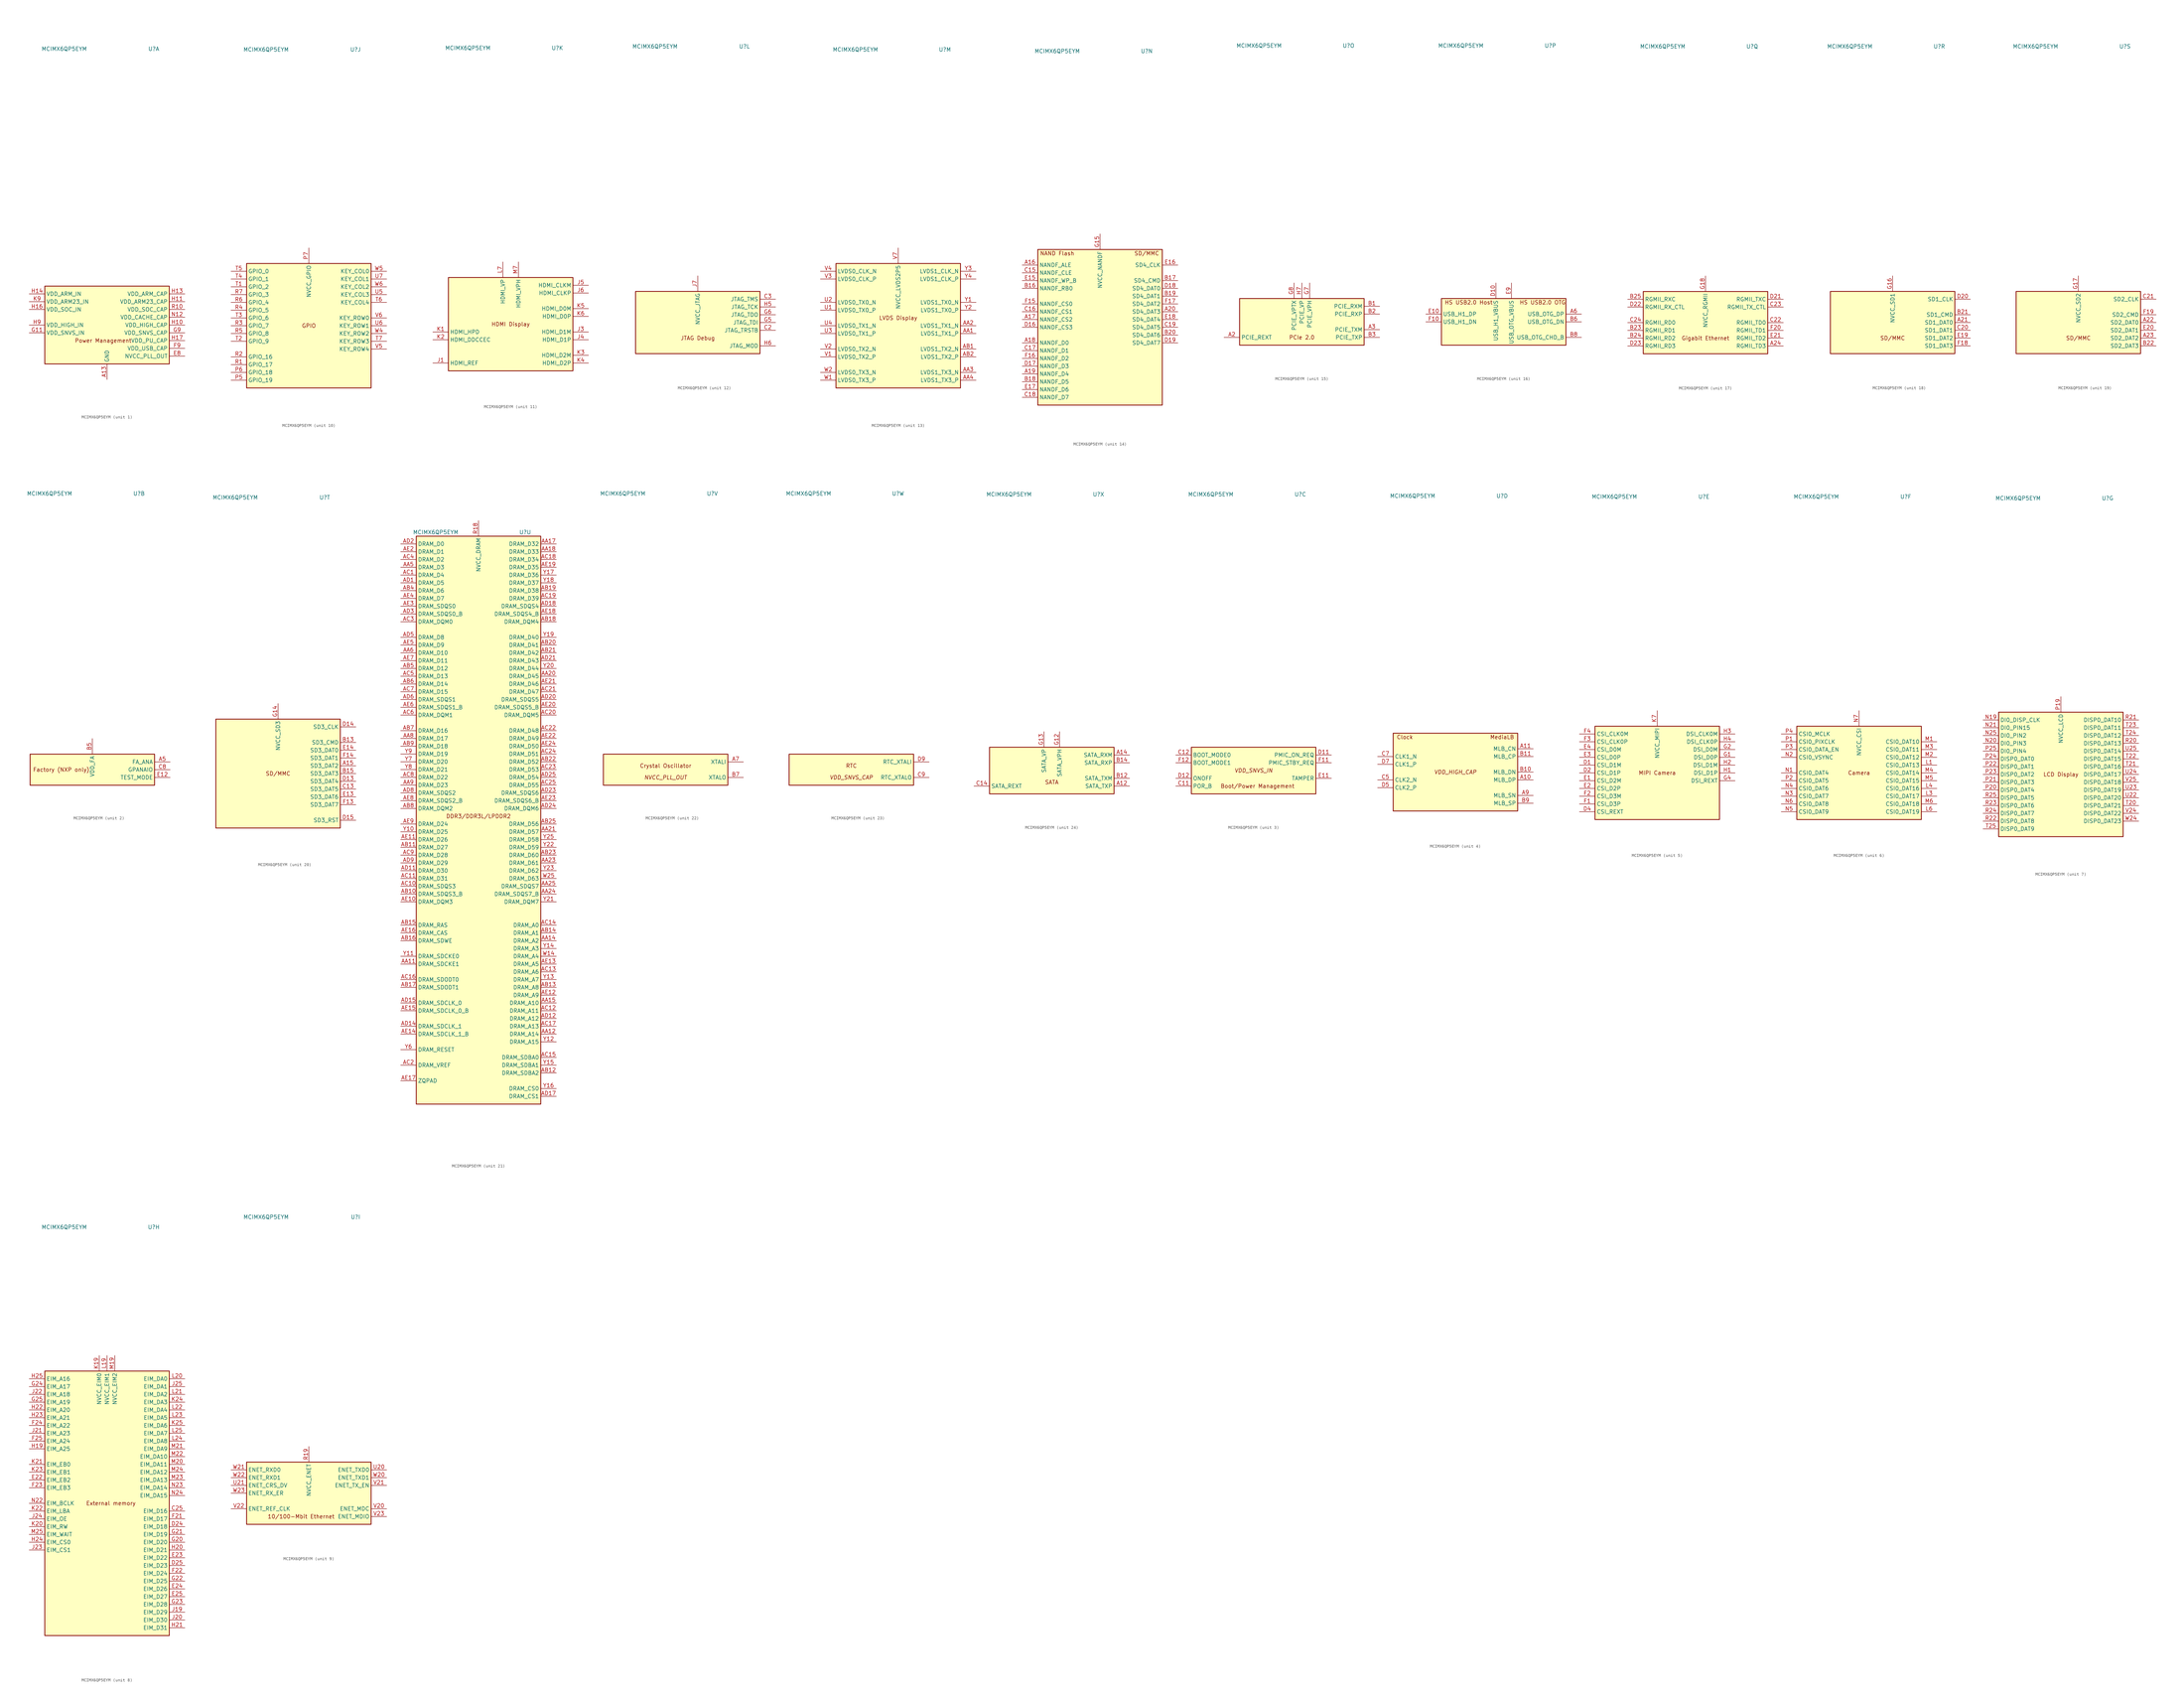
<source format=kicad_sym>
(kicad_symbol_lib
  (version 20201005)
  (generator kicad_symbol_editor)
  (symbol "CPU_NXP_IMX:MCIMX6QP5EYM"
    (property "Reference" "U"
      (at 15.24 90.17 0)
      (effects (font (size 1.27 1.27))))
    (property "Value" "MCIMX6QP5EYM"
      (at -13.97 90.17 0)
      (effects (font (size 1.27 1.27))))
    (property "ki_locked" ""
      (at 0 0 0)
      (effects (font (size 1.27 1.27))))
    (symbol "MCIMX6QP5EYM_1_0"
      (text "Power Management" (at -1.27 -5.08 0) (effects (font (size 1.27 1.27)))))
    (symbol "MCIMX6QP5EYM_1_1"
      (rectangle (start -20.32 12.7) (end 20.32 -12.7) (stroke (width 0.254)) (fill (type background)))
      (pin power_in line (at 0 -17.78 90) (length 5.08) (name "GND" (effects (font (size 1.27 1.27)))) (number "A13" (effects (font (size 1.27 1.27)))))
      (pin passive line (at 0 -17.78 90) (length 5.08) hide (name "GND" (effects (font (size 1.27 1.27)))) (number "A25" (effects (font (size 1.27 1.27)))))
      (pin passive line (at 0 -17.78 90) (length 5.08) hide (name "GND" (effects (font (size 1.27 1.27)))) (number "A4" (effects (font (size 1.27 1.27)))))
      (pin passive line (at 0 -17.78 90) (length 5.08) hide (name "GND" (effects (font (size 1.27 1.27)))) (number "A8" (effects (font (size 1.27 1.27)))))
      (pin passive line (at 0 -17.78 90) (length 5.08) hide (name "GND" (effects (font (size 1.27 1.27)))) (number "AA10" (effects (font (size 1.27 1.27)))))
      (pin passive line (at 0 -17.78 90) (length 5.08) hide (name "GND" (effects (font (size 1.27 1.27)))) (number "AA13" (effects (font (size 1.27 1.27)))))
      (pin passive line (at 0 -17.78 90) (length 5.08) hide (name "GND" (effects (font (size 1.27 1.27)))) (number "AA16" (effects (font (size 1.27 1.27)))))
      (pin passive line (at 0 -17.78 90) (length 5.08) hide (name "GND" (effects (font (size 1.27 1.27)))) (number "AA19" (effects (font (size 1.27 1.27)))))
      (pin passive line (at 0 -17.78 90) (length 5.08) hide (name "GND" (effects (font (size 1.27 1.27)))) (number "AA22" (effects (font (size 1.27 1.27)))))
      (pin passive line (at 0 -17.78 90) (length 5.08) hide (name "GND" (effects (font (size 1.27 1.27)))) (number "AA7" (effects (font (size 1.27 1.27)))))
      (pin passive line (at 0 -17.78 90) (length 5.08) hide (name "GND" (effects (font (size 1.27 1.27)))) (number "AB24" (effects (font (size 1.27 1.27)))))
      (pin passive line (at 0 -17.78 90) (length 5.08) hide (name "GND" (effects (font (size 1.27 1.27)))) (number "AB3" (effects (font (size 1.27 1.27)))))
      (pin passive line (at 0 -17.78 90) (length 5.08) hide (name "GND" (effects (font (size 1.27 1.27)))) (number "AD10" (effects (font (size 1.27 1.27)))))
      (pin passive line (at 0 -17.78 90) (length 5.08) hide (name "GND" (effects (font (size 1.27 1.27)))) (number "AD13" (effects (font (size 1.27 1.27)))))
      (pin passive line (at 0 -17.78 90) (length 5.08) hide (name "GND" (effects (font (size 1.27 1.27)))) (number "AD16" (effects (font (size 1.27 1.27)))))
      (pin passive line (at 0 -17.78 90) (length 5.08) hide (name "GND" (effects (font (size 1.27 1.27)))) (number "AD19" (effects (font (size 1.27 1.27)))))
      (pin passive line (at 0 -17.78 90) (length 5.08) hide (name "GND" (effects (font (size 1.27 1.27)))) (number "AD22" (effects (font (size 1.27 1.27)))))
      (pin passive line (at 0 -17.78 90) (length 5.08) hide (name "GND" (effects (font (size 1.27 1.27)))) (number "AD4" (effects (font (size 1.27 1.27)))))
      (pin passive line (at 0 -17.78 90) (length 5.08) hide (name "GND" (effects (font (size 1.27 1.27)))) (number "AD7" (effects (font (size 1.27 1.27)))))
      (pin passive line (at 0 -17.78 90) (length 5.08) hide (name "GND" (effects (font (size 1.27 1.27)))) (number "AE1" (effects (font (size 1.27 1.27)))))
      (pin passive line (at 0 -17.78 90) (length 5.08) hide (name "GND" (effects (font (size 1.27 1.27)))) (number "AE25" (effects (font (size 1.27 1.27)))))
      (pin passive line (at 0 -17.78 90) (length 5.08) hide (name "GND" (effects (font (size 1.27 1.27)))) (number "B4" (effects (font (size 1.27 1.27)))))
      (pin passive line (at 0 -17.78 90) (length 5.08) hide (name "GND" (effects (font (size 1.27 1.27)))) (number "C1" (effects (font (size 1.27 1.27)))))
      (pin passive line (at 0 -17.78 90) (length 5.08) hide (name "GND" (effects (font (size 1.27 1.27)))) (number "C10" (effects (font (size 1.27 1.27)))))
      (pin passive line (at 0 -17.78 90) (length 5.08) hide (name "GND" (effects (font (size 1.27 1.27)))) (number "C4" (effects (font (size 1.27 1.27)))))
      (pin passive line (at 0 -17.78 90) (length 5.08) hide (name "GND" (effects (font (size 1.27 1.27)))) (number "C6" (effects (font (size 1.27 1.27)))))
      (pin passive line (at 0 -17.78 90) (length 5.08) hide (name "GND" (effects (font (size 1.27 1.27)))) (number "D3" (effects (font (size 1.27 1.27)))))
      (pin passive line (at 0 -17.78 90) (length 5.08) hide (name "GND" (effects (font (size 1.27 1.27)))) (number "D6" (effects (font (size 1.27 1.27)))))
      (pin passive line (at 0 -17.78 90) (length 5.08) hide (name "GND" (effects (font (size 1.27 1.27)))) (number "D8" (effects (font (size 1.27 1.27)))))
      (pin passive line (at 0 -17.78 90) (length 5.08) hide (name "GND" (effects (font (size 1.27 1.27)))) (number "E5" (effects (font (size 1.27 1.27)))))
      (pin passive line (at 0 -17.78 90) (length 5.08) hide (name "GND" (effects (font (size 1.27 1.27)))) (number "E6" (effects (font (size 1.27 1.27)))))
      (pin passive line (at 0 -17.78 90) (length 5.08) hide (name "GND" (effects (font (size 1.27 1.27)))) (number "E7" (effects (font (size 1.27 1.27)))))
      (pin power_out line (at 25.4 -10.16 180) (length 5.08) (name "NVCC_PLL_OUT" (effects (font (size 1.27 1.27)))) (number "E8" (effects (font (size 1.27 1.27)))))
      (pin passive line (at 0 -17.78 90) (length 5.08) hide (name "GND" (effects (font (size 1.27 1.27)))) (number "F5" (effects (font (size 1.27 1.27)))))
      (pin passive line (at 0 -17.78 90) (length 5.08) hide (name "GND" (effects (font (size 1.27 1.27)))) (number "F6" (effects (font (size 1.27 1.27)))))
      (pin passive line (at 0 -17.78 90) (length 5.08) hide (name "GND" (effects (font (size 1.27 1.27)))) (number "F7" (effects (font (size 1.27 1.27)))))
      (pin passive line (at 0 -17.78 90) (length 5.08) hide (name "GND" (effects (font (size 1.27 1.27)))) (number "F8" (effects (font (size 1.27 1.27)))))
      (pin power_out line (at 25.4 -7.62 180) (length 5.08) (name "VDD_USB_CAP" (effects (font (size 1.27 1.27)))) (number "F9" (effects (font (size 1.27 1.27)))))
      (pin passive line (at 0 -17.78 90) (length 5.08) hide (name "GND" (effects (font (size 1.27 1.27)))) (number "G10" (effects (font (size 1.27 1.27)))))
      (pin power_in line (at -25.4 -2.54 0) (length 5.08) (name "VDD_SNVS_IN" (effects (font (size 1.27 1.27)))) (number "G11" (effects (font (size 1.27 1.27)))))
      (pin passive line (at 0 -17.78 90) (length 5.08) hide (name "GND" (effects (font (size 1.27 1.27)))) (number "G19" (effects (font (size 1.27 1.27)))))
      (pin passive line (at 0 -17.78 90) (length 5.08) hide (name "GND" (effects (font (size 1.27 1.27)))) (number "G3" (effects (font (size 1.27 1.27)))))
      (pin power_out line (at 25.4 -2.54 180) (length 5.08) (name "VDD_SNVS_CAP" (effects (font (size 1.27 1.27)))) (number "G9" (effects (font (size 1.27 1.27)))))
      (pin power_out line (at 25.4 0 180) (length 5.08) (name "VDD_HIGH_CAP" (effects (font (size 1.27 1.27)))) (number "H10" (effects (font (size 1.27 1.27)))))
      (pin power_out line (at 25.4 7.62 180) (length 5.08) (name "VDD_ARM23_CAP" (effects (font (size 1.27 1.27)))) (number "H11" (effects (font (size 1.27 1.27)))))
      (pin passive line (at 0 -17.78 90) (length 5.08) hide (name "GND" (effects (font (size 1.27 1.27)))) (number "H12" (effects (font (size 1.27 1.27)))))
      (pin power_out line (at 25.4 10.16 180) (length 5.08) (name "VDD_ARM_CAP" (effects (font (size 1.27 1.27)))) (number "H13" (effects (font (size 1.27 1.27)))))
      (pin power_in line (at -25.4 10.16 0) (length 5.08) (name "VDD_ARM_IN" (effects (font (size 1.27 1.27)))) (number "H14" (effects (font (size 1.27 1.27)))))
      (pin passive line (at 0 -17.78 90) (length 5.08) hide (name "GND" (effects (font (size 1.27 1.27)))) (number "H15" (effects (font (size 1.27 1.27)))))
      (pin power_in line (at -25.4 5.08 0) (length 5.08) (name "VDD_SOC_IN" (effects (font (size 1.27 1.27)))) (number "H16" (effects (font (size 1.27 1.27)))))
      (pin power_out line (at 25.4 -5.08 180) (length 5.08) (name "VDD_PU_CAP" (effects (font (size 1.27 1.27)))) (number "H17" (effects (font (size 1.27 1.27)))))
      (pin passive line (at 0 -17.78 90) (length 5.08) hide (name "GND" (effects (font (size 1.27 1.27)))) (number "H18" (effects (font (size 1.27 1.27)))))
      (pin passive line (at 0 -17.78 90) (length 5.08) hide (name "GND" (effects (font (size 1.27 1.27)))) (number "H8" (effects (font (size 1.27 1.27)))))
      (pin power_in line (at -25.4 0 0) (length 5.08) (name "VDD_HIGH_IN" (effects (font (size 1.27 1.27)))) (number "H9" (effects (font (size 1.27 1.27)))))
      (pin passive line (at 25.4 0 180) (length 5.08) hide (name "VDD_HIGH_CAP" (effects (font (size 1.27 1.27)))) (number "J10" (effects (font (size 1.27 1.27)))))
      (pin passive line (at 25.4 7.62 180) (length 5.08) hide (name "VDD_ARM23_CAP" (effects (font (size 1.27 1.27)))) (number "J11" (effects (font (size 1.27 1.27)))))
      (pin passive line (at 0 -17.78 90) (length 5.08) hide (name "GND" (effects (font (size 1.27 1.27)))) (number "J12" (effects (font (size 1.27 1.27)))))
      (pin passive line (at 25.4 10.16 180) (length 5.08) hide (name "VDD_ARM_CAP" (effects (font (size 1.27 1.27)))) (number "J13" (effects (font (size 1.27 1.27)))))
      (pin passive line (at -25.4 10.16 0) (length 5.08) hide (name "VDD_ARM_IN" (effects (font (size 1.27 1.27)))) (number "J14" (effects (font (size 1.27 1.27)))))
      (pin passive line (at 0 -17.78 90) (length 5.08) hide (name "GND" (effects (font (size 1.27 1.27)))) (number "J15" (effects (font (size 1.27 1.27)))))
      (pin passive line (at -25.4 5.08 0) (length 5.08) hide (name "VDD_SOC_IN" (effects (font (size 1.27 1.27)))) (number "J16" (effects (font (size 1.27 1.27)))))
      (pin passive line (at 25.4 -5.08 180) (length 5.08) hide (name "VDD_PU_CAP" (effects (font (size 1.27 1.27)))) (number "J17" (effects (font (size 1.27 1.27)))))
      (pin passive line (at 0 -17.78 90) (length 5.08) hide (name "GND" (effects (font (size 1.27 1.27)))) (number "J18" (effects (font (size 1.27 1.27)))))
      (pin passive line (at 0 -17.78 90) (length 5.08) hide (name "GND" (effects (font (size 1.27 1.27)))) (number "J2" (effects (font (size 1.27 1.27)))))
      (pin passive line (at 0 -17.78 90) (length 5.08) hide (name "GND" (effects (font (size 1.27 1.27)))) (number "J8" (effects (font (size 1.27 1.27)))))
      (pin passive line (at -25.4 0 0) (length 5.08) hide (name "VDD_HIGH_IN" (effects (font (size 1.27 1.27)))) (number "J9" (effects (font (size 1.27 1.27)))))
      (pin passive line (at 0 -17.78 90) (length 5.08) hide (name "GND" (effects (font (size 1.27 1.27)))) (number "K10" (effects (font (size 1.27 1.27)))))
      (pin passive line (at 25.4 7.62 180) (length 5.08) hide (name "VDD_ARM23_CAP" (effects (font (size 1.27 1.27)))) (number "K11" (effects (font (size 1.27 1.27)))))
      (pin passive line (at 0 -17.78 90) (length 5.08) hide (name "GND" (effects (font (size 1.27 1.27)))) (number "K12" (effects (font (size 1.27 1.27)))))
      (pin passive line (at 25.4 10.16 180) (length 5.08) hide (name "VDD_ARM_CAP" (effects (font (size 1.27 1.27)))) (number "K13" (effects (font (size 1.27 1.27)))))
      (pin passive line (at -25.4 10.16 0) (length 5.08) hide (name "VDD_ARM_IN" (effects (font (size 1.27 1.27)))) (number "K14" (effects (font (size 1.27 1.27)))))
      (pin passive line (at 0 -17.78 90) (length 5.08) hide (name "GND" (effects (font (size 1.27 1.27)))) (number "K15" (effects (font (size 1.27 1.27)))))
      (pin passive line (at -25.4 5.08 0) (length 5.08) hide (name "VDD_SOC_IN" (effects (font (size 1.27 1.27)))) (number "K16" (effects (font (size 1.27 1.27)))))
      (pin passive line (at 25.4 -5.08 180) (length 5.08) hide (name "VDD_PU_CAP" (effects (font (size 1.27 1.27)))) (number "K17" (effects (font (size 1.27 1.27)))))
      (pin passive line (at 0 -17.78 90) (length 5.08) hide (name "GND" (effects (font (size 1.27 1.27)))) (number "K18" (effects (font (size 1.27 1.27)))))
      (pin passive line (at 0 -17.78 90) (length 5.08) hide (name "GND" (effects (font (size 1.27 1.27)))) (number "K8" (effects (font (size 1.27 1.27)))))
      (pin power_in line (at -25.4 7.62 0) (length 5.08) (name "VDD_ARM23_IN" (effects (font (size 1.27 1.27)))) (number "K9" (effects (font (size 1.27 1.27)))))
      (pin passive line (at 0 -17.78 90) (length 5.08) hide (name "GND" (effects (font (size 1.27 1.27)))) (number "L10" (effects (font (size 1.27 1.27)))))
      (pin passive line (at 25.4 7.62 180) (length 5.08) hide (name "VDD_ARM23_CAP" (effects (font (size 1.27 1.27)))) (number "L11" (effects (font (size 1.27 1.27)))))
      (pin passive line (at 0 -17.78 90) (length 5.08) hide (name "GND" (effects (font (size 1.27 1.27)))) (number "L12" (effects (font (size 1.27 1.27)))))
      (pin passive line (at 25.4 10.16 180) (length 5.08) hide (name "VDD_ARM_CAP" (effects (font (size 1.27 1.27)))) (number "L13" (effects (font (size 1.27 1.27)))))
      (pin passive line (at -25.4 10.16 0) (length 5.08) hide (name "VDD_ARM_IN" (effects (font (size 1.27 1.27)))) (number "L14" (effects (font (size 1.27 1.27)))))
      (pin passive line (at 0 -17.78 90) (length 5.08) hide (name "GND" (effects (font (size 1.27 1.27)))) (number "L15" (effects (font (size 1.27 1.27)))))
      (pin passive line (at -25.4 5.08 0) (length 5.08) hide (name "VDD_SOC_IN" (effects (font (size 1.27 1.27)))) (number "L16" (effects (font (size 1.27 1.27)))))
      (pin passive line (at 25.4 -5.08 180) (length 5.08) hide (name "VDD_PU_CAP" (effects (font (size 1.27 1.27)))) (number "L17" (effects (font (size 1.27 1.27)))))
      (pin passive line (at 0 -17.78 90) (length 5.08) hide (name "GND" (effects (font (size 1.27 1.27)))) (number "L18" (effects (font (size 1.27 1.27)))))
      (pin passive line (at 0 -17.78 90) (length 5.08) hide (name "GND" (effects (font (size 1.27 1.27)))) (number "L2" (effects (font (size 1.27 1.27)))))
      (pin passive line (at 0 -17.78 90) (length 5.08) hide (name "GND" (effects (font (size 1.27 1.27)))) (number "L5" (effects (font (size 1.27 1.27)))))
      (pin passive line (at 0 -17.78 90) (length 5.08) hide (name "GND" (effects (font (size 1.27 1.27)))) (number "L8" (effects (font (size 1.27 1.27)))))
      (pin passive line (at -25.4 7.62 0) (length 5.08) hide (name "VDD_ARM23_IN" (effects (font (size 1.27 1.27)))) (number "L9" (effects (font (size 1.27 1.27)))))
      (pin passive line (at 0 -17.78 90) (length 5.08) hide (name "GND" (effects (font (size 1.27 1.27)))) (number "M10" (effects (font (size 1.27 1.27)))))
      (pin passive line (at 25.4 7.62 180) (length 5.08) hide (name "VDD_ARM23_CAP" (effects (font (size 1.27 1.27)))) (number "M11" (effects (font (size 1.27 1.27)))))
      (pin passive line (at 0 -17.78 90) (length 5.08) hide (name "GND" (effects (font (size 1.27 1.27)))) (number "M12" (effects (font (size 1.27 1.27)))))
      (pin passive line (at 25.4 10.16 180) (length 5.08) hide (name "VDD_ARM_CAP" (effects (font (size 1.27 1.27)))) (number "M13" (effects (font (size 1.27 1.27)))))
      (pin passive line (at -25.4 10.16 0) (length 5.08) hide (name "VDD_ARM_IN" (effects (font (size 1.27 1.27)))) (number "M14" (effects (font (size 1.27 1.27)))))
      (pin passive line (at 0 -17.78 90) (length 5.08) hide (name "GND" (effects (font (size 1.27 1.27)))) (number "M15" (effects (font (size 1.27 1.27)))))
      (pin passive line (at -25.4 5.08 0) (length 5.08) hide (name "VDD_SOC_IN" (effects (font (size 1.27 1.27)))) (number "M16" (effects (font (size 1.27 1.27)))))
      (pin passive line (at 25.4 -5.08 180) (length 5.08) hide (name "VDD_PU_CAP" (effects (font (size 1.27 1.27)))) (number "M17" (effects (font (size 1.27 1.27)))))
      (pin passive line (at 0 -17.78 90) (length 5.08) hide (name "GND" (effects (font (size 1.27 1.27)))) (number "M18" (effects (font (size 1.27 1.27)))))
      (pin passive line (at 0 -17.78 90) (length 5.08) hide (name "GND" (effects (font (size 1.27 1.27)))) (number "M8" (effects (font (size 1.27 1.27)))))
      (pin passive line (at -25.4 7.62 0) (length 5.08) hide (name "VDD_ARM23_IN" (effects (font (size 1.27 1.27)))) (number "M9" (effects (font (size 1.27 1.27)))))
      (pin passive line (at 0 -17.78 90) (length 5.08) hide (name "GND" (effects (font (size 1.27 1.27)))) (number "N10" (effects (font (size 1.27 1.27)))))
      (pin passive line (at 25.4 7.62 180) (length 5.08) hide (name "VDD_ARM23_CAP" (effects (font (size 1.27 1.27)))) (number "N11" (effects (font (size 1.27 1.27)))))
      (pin power_in line (at 25.4 2.54 180) (length 5.08) (name "VDD_CACHE_CAP" (effects (font (size 1.27 1.27)))) (number "N12" (effects (font (size 1.27 1.27)))))
      (pin passive line (at 25.4 10.16 180) (length 5.08) hide (name "VDD_ARM_CAP" (effects (font (size 1.27 1.27)))) (number "N13" (effects (font (size 1.27 1.27)))))
      (pin passive line (at -25.4 10.16 0) (length 5.08) hide (name "VDD_ARM_IN" (effects (font (size 1.27 1.27)))) (number "N14" (effects (font (size 1.27 1.27)))))
      (pin passive line (at 0 -17.78 90) (length 5.08) hide (name "GND" (effects (font (size 1.27 1.27)))) (number "N15" (effects (font (size 1.27 1.27)))))
      (pin passive line (at -25.4 5.08 0) (length 5.08) hide (name "VDD_SOC_IN" (effects (font (size 1.27 1.27)))) (number "N16" (effects (font (size 1.27 1.27)))))
      (pin passive line (at 25.4 -5.08 180) (length 5.08) hide (name "VDD_PU_CAP" (effects (font (size 1.27 1.27)))) (number "N17" (effects (font (size 1.27 1.27)))))
      (pin passive line (at 0 -17.78 90) (length 5.08) hide (name "GND" (effects (font (size 1.27 1.27)))) (number "N18" (effects (font (size 1.27 1.27)))))
      (pin passive line (at 0 -17.78 90) (length 5.08) hide (name "GND" (effects (font (size 1.27 1.27)))) (number "N8" (effects (font (size 1.27 1.27)))))
      (pin passive line (at -25.4 7.62 0) (length 5.08) hide (name "VDD_ARM23_IN" (effects (font (size 1.27 1.27)))) (number "N9" (effects (font (size 1.27 1.27)))))
      (pin passive line (at 0 -17.78 90) (length 5.08) hide (name "GND" (effects (font (size 1.27 1.27)))) (number "P10" (effects (font (size 1.27 1.27)))))
      (pin passive line (at 25.4 7.62 180) (length 5.08) hide (name "VDD_ARM23_CAP" (effects (font (size 1.27 1.27)))) (number "P11" (effects (font (size 1.27 1.27)))))
      (pin passive line (at 0 -17.78 90) (length 5.08) hide (name "GND" (effects (font (size 1.27 1.27)))) (number "P12" (effects (font (size 1.27 1.27)))))
      (pin passive line (at 25.4 10.16 180) (length 5.08) hide (name "VDD_ARM_CAP" (effects (font (size 1.27 1.27)))) (number "P13" (effects (font (size 1.27 1.27)))))
      (pin passive line (at -25.4 10.16 0) (length 5.08) hide (name "VDD_ARM_IN" (effects (font (size 1.27 1.27)))) (number "P14" (effects (font (size 1.27 1.27)))))
      (pin passive line (at 0 -17.78 90) (length 5.08) hide (name "GND" (effects (font (size 1.27 1.27)))) (number "P15" (effects (font (size 1.27 1.27)))))
      (pin passive line (at -25.4 5.08 0) (length 5.08) hide (name "VDD_SOC_IN" (effects (font (size 1.27 1.27)))) (number "P16" (effects (font (size 1.27 1.27)))))
      (pin passive line (at 25.4 -5.08 180) (length 5.08) hide (name "VDD_PU_CAP" (effects (font (size 1.27 1.27)))) (number "P17" (effects (font (size 1.27 1.27)))))
      (pin passive line (at 0 -17.78 90) (length 5.08) hide (name "GND" (effects (font (size 1.27 1.27)))) (number "P18" (effects (font (size 1.27 1.27)))))
      (pin passive line (at 0 -17.78 90) (length 5.08) hide (name "GND" (effects (font (size 1.27 1.27)))) (number "P8" (effects (font (size 1.27 1.27)))))
      (pin passive line (at -25.4 7.62 0) (length 5.08) hide (name "VDD_ARM23_IN" (effects (font (size 1.27 1.27)))) (number "P9" (effects (font (size 1.27 1.27)))))
      (pin power_out line (at 25.4 5.08 180) (length 5.08) (name "VDD_SOC_CAP" (effects (font (size 1.27 1.27)))) (number "R10" (effects (font (size 1.27 1.27)))))
      (pin passive line (at 25.4 7.62 180) (length 5.08) hide (name "VDD_ARM23_CAP" (effects (font (size 1.27 1.27)))) (number "R11" (effects (font (size 1.27 1.27)))))
      (pin passive line (at 0 -17.78 90) (length 5.08) hide (name "GND" (effects (font (size 1.27 1.27)))) (number "R12" (effects (font (size 1.27 1.27)))))
      (pin passive line (at 25.4 10.16 180) (length 5.08) hide (name "VDD_ARM_CAP" (effects (font (size 1.27 1.27)))) (number "R13" (effects (font (size 1.27 1.27)))))
      (pin passive line (at -25.4 10.16 0) (length 5.08) hide (name "VDD_ARM_IN" (effects (font (size 1.27 1.27)))) (number "R14" (effects (font (size 1.27 1.27)))))
      (pin passive line (at 0 -17.78 90) (length 5.08) hide (name "GND" (effects (font (size 1.27 1.27)))) (number "R15" (effects (font (size 1.27 1.27)))))
      (pin passive line (at -25.4 5.08 0) (length 5.08) hide (name "VDD_SOC_IN" (effects (font (size 1.27 1.27)))) (number "R16" (effects (font (size 1.27 1.27)))))
      (pin passive line (at 0 -17.78 90) (length 5.08) hide (name "GND" (effects (font (size 1.27 1.27)))) (number "R17" (effects (font (size 1.27 1.27)))))
      (pin passive line (at 0 -17.78 90) (length 5.08) hide (name "GND" (effects (font (size 1.27 1.27)))) (number "R8" (effects (font (size 1.27 1.27)))))
      (pin passive line (at -25.4 7.62 0) (length 5.08) hide (name "VDD_ARM23_IN" (effects (font (size 1.27 1.27)))) (number "R9" (effects (font (size 1.27 1.27)))))
      (pin passive line (at 25.4 5.08 180) (length 5.08) hide (name "VDD_SOC_CAP" (effects (font (size 1.27 1.27)))) (number "T10" (effects (font (size 1.27 1.27)))))
      (pin passive line (at 0 -17.78 90) (length 5.08) hide (name "GND" (effects (font (size 1.27 1.27)))) (number "T11" (effects (font (size 1.27 1.27)))))
      (pin passive line (at 0 -17.78 90) (length 5.08) hide (name "GND" (effects (font (size 1.27 1.27)))) (number "T12" (effects (font (size 1.27 1.27)))))
      (pin passive line (at 25.4 5.08 180) (length 5.08) hide (name "VDD_SOC_CAP" (effects (font (size 1.27 1.27)))) (number "T13" (effects (font (size 1.27 1.27)))))
      (pin passive line (at 25.4 5.08 180) (length 5.08) hide (name "VDD_SOC_CAP" (effects (font (size 1.27 1.27)))) (number "T14" (effects (font (size 1.27 1.27)))))
      (pin passive line (at 0 -17.78 90) (length 5.08) hide (name "GND" (effects (font (size 1.27 1.27)))) (number "T15" (effects (font (size 1.27 1.27)))))
      (pin passive line (at -25.4 5.08 0) (length 5.08) hide (name "VDD_SOC_IN" (effects (font (size 1.27 1.27)))) (number "T16" (effects (font (size 1.27 1.27)))))
      (pin passive line (at 0 -17.78 90) (length 5.08) hide (name "GND" (effects (font (size 1.27 1.27)))) (number "T17" (effects (font (size 1.27 1.27)))))
      (pin passive line (at 0 -17.78 90) (length 5.08) hide (name "GND" (effects (font (size 1.27 1.27)))) (number "T19" (effects (font (size 1.27 1.27)))))
      (pin passive line (at 0 -17.78 90) (length 5.08) hide (name "GND" (effects (font (size 1.27 1.27)))) (number "T8" (effects (font (size 1.27 1.27)))))
      (pin passive line (at -25.4 7.62 0) (length 5.08) hide (name "VDD_ARM23_IN" (effects (font (size 1.27 1.27)))) (number "T9" (effects (font (size 1.27 1.27)))))
      (pin passive line (at 25.4 5.08 180) (length 5.08) hide (name "VDD_SOC_CAP" (effects (font (size 1.27 1.27)))) (number "U10" (effects (font (size 1.27 1.27)))))
      (pin passive line (at 0 -17.78 90) (length 5.08) hide (name "GND" (effects (font (size 1.27 1.27)))) (number "U11" (effects (font (size 1.27 1.27)))))
      (pin passive line (at 0 -17.78 90) (length 5.08) hide (name "GND" (effects (font (size 1.27 1.27)))) (number "U12" (effects (font (size 1.27 1.27)))))
      (pin passive line (at 25.4 5.08 180) (length 5.08) hide (name "VDD_SOC_CAP" (effects (font (size 1.27 1.27)))) (number "U13" (effects (font (size 1.27 1.27)))))
      (pin passive line (at 25.4 5.08 180) (length 5.08) hide (name "VDD_SOC_CAP" (effects (font (size 1.27 1.27)))) (number "U14" (effects (font (size 1.27 1.27)))))
      (pin passive line (at 0 -17.78 90) (length 5.08) hide (name "GND" (effects (font (size 1.27 1.27)))) (number "U15" (effects (font (size 1.27 1.27)))))
      (pin passive line (at -25.4 5.08 0) (length 5.08) hide (name "VDD_SOC_IN" (effects (font (size 1.27 1.27)))) (number "U16" (effects (font (size 1.27 1.27)))))
      (pin passive line (at 0 -17.78 90) (length 5.08) hide (name "GND" (effects (font (size 1.27 1.27)))) (number "U17" (effects (font (size 1.27 1.27)))))
      (pin passive line (at 0 -17.78 90) (length 5.08) hide (name "GND" (effects (font (size 1.27 1.27)))) (number "U19" (effects (font (size 1.27 1.27)))))
      (pin passive line (at 0 -17.78 90) (length 5.08) hide (name "GND" (effects (font (size 1.27 1.27)))) (number "U8" (effects (font (size 1.27 1.27)))))
      (pin passive line (at -25.4 7.62 0) (length 5.08) hide (name "VDD_ARM23_IN" (effects (font (size 1.27 1.27)))) (number "U9" (effects (font (size 1.27 1.27)))))
      (pin passive line (at 0 -17.78 90) (length 5.08) hide (name "GND" (effects (font (size 1.27 1.27)))) (number "V19" (effects (font (size 1.27 1.27)))))
      (pin passive line (at 0 -17.78 90) (length 5.08) hide (name "GND" (effects (font (size 1.27 1.27)))) (number "V8" (effects (font (size 1.27 1.27)))))
      (pin passive line (at 0 -17.78 90) (length 5.08) hide (name "GND" (effects (font (size 1.27 1.27)))) (number "W10" (effects (font (size 1.27 1.27)))))
      (pin passive line (at 0 -17.78 90) (length 5.08) hide (name "GND" (effects (font (size 1.27 1.27)))) (number "W11" (effects (font (size 1.27 1.27)))))
      (pin passive line (at 0 -17.78 90) (length 5.08) hide (name "GND" (effects (font (size 1.27 1.27)))) (number "W12" (effects (font (size 1.27 1.27)))))
      (pin passive line (at 0 -17.78 90) (length 5.08) hide (name "GND" (effects (font (size 1.27 1.27)))) (number "W13" (effects (font (size 1.27 1.27)))))
      (pin passive line (at 0 -17.78 90) (length 5.08) hide (name "GND" (effects (font (size 1.27 1.27)))) (number "W15" (effects (font (size 1.27 1.27)))))
      (pin passive line (at 0 -17.78 90) (length 5.08) hide (name "GND" (effects (font (size 1.27 1.27)))) (number "W16" (effects (font (size 1.27 1.27)))))
      (pin passive line (at 0 -17.78 90) (length 5.08) hide (name "GND" (effects (font (size 1.27 1.27)))) (number "W17" (effects (font (size 1.27 1.27)))))
      (pin passive line (at 0 -17.78 90) (length 5.08) hide (name "GND" (effects (font (size 1.27 1.27)))) (number "W18" (effects (font (size 1.27 1.27)))))
      (pin passive line (at 0 -17.78 90) (length 5.08) hide (name "GND" (effects (font (size 1.27 1.27)))) (number "W19" (effects (font (size 1.27 1.27)))))
      (pin passive line (at 0 -17.78 90) (length 5.08) hide (name "GND" (effects (font (size 1.27 1.27)))) (number "W3" (effects (font (size 1.27 1.27)))))
      (pin passive line (at 0 -17.78 90) (length 5.08) hide (name "GND" (effects (font (size 1.27 1.27)))) (number "W7" (effects (font (size 1.27 1.27)))))
      (pin passive line (at 0 -17.78 90) (length 5.08) hide (name "GND" (effects (font (size 1.27 1.27)))) (number "W8" (effects (font (size 1.27 1.27)))))
      (pin passive line (at 0 -17.78 90) (length 5.08) hide (name "GND" (effects (font (size 1.27 1.27)))) (number "W9" (effects (font (size 1.27 1.27)))))
      (pin passive line (at 0 -17.78 90) (length 5.08) hide (name "GND" (effects (font (size 1.27 1.27)))) (number "Y24" (effects (font (size 1.27 1.27)))))
      (pin passive line (at 0 -17.78 90) (length 5.08) hide (name "GND" (effects (font (size 1.27 1.27)))) (number "Y5" (effects (font (size 1.27 1.27))))))
    (symbol "MCIMX6QP5EYM_2_0"
      (text "Factory (NXP only)" (at -10.16 0 0) (effects (font (size 1.27 1.27)))))
    (symbol "MCIMX6QP5EYM_2_1"
      (rectangle (start -20.32 5.08) (end 20.32 -5.08) (stroke (width 0.254)) (fill (type background)))
      (pin passive line (at 25.4 2.54 180) (length 5.08) (name "FA_ANA" (effects (font (size 1.27 1.27)))) (number "A5" (effects (font (size 1.27 1.27)))))
      (pin passive line (at 0 10.16 270) (length 5.08) (name "VDD_FA" (effects (font (size 1.27 1.27)))) (number "B5" (effects (font (size 1.27 1.27)))))
      (pin passive line (at 25.4 0 180) (length 5.08) (name "GPANAIO" (effects (font (size 1.27 1.27)))) (number "C8" (effects (font (size 1.27 1.27)))))
      (pin passive line (at 25.4 -2.54 180) (length 5.08) (name "TEST_MODE" (effects (font (size 1.27 1.27)))) (number "E12" (effects (font (size 1.27 1.27))))))
    (symbol "MCIMX6QP5EYM_3_0"
      (text "Boot/Power Management" (at 1.27 -5.08 0) (effects (font (size 1.27 1.27)))))
    (symbol "MCIMX6QP5EYM_3_1"
      (text "VDD_SNVS_IN" (at 0 0 0) (effects (font (size 1.27 1.27) italic)))
      (rectangle (start -20.32 7.62) (end 20.32 -7.62) (stroke (width 0.254)) (fill (type background)))
      (pin input line (at -25.4 -5.08 0) (length 5.08) (name "POR_B" (effects (font (size 1.27 1.27)))) (number "C11" (effects (font (size 1.27 1.27)))))
      (pin input line (at -25.4 5.08 0) (length 5.08) (name "BOOT_MODE0" (effects (font (size 1.27 1.27)))) (number "C12" (effects (font (size 1.27 1.27)))))
      (pin output line (at 25.4 5.08 180) (length 5.08) (name "PMIC_ON_REQ" (effects (font (size 1.27 1.27)))) (number "D11" (effects (font (size 1.27 1.27)))))
      (pin input line (at -25.4 -2.54 0) (length 5.08) (name "ONOFF" (effects (font (size 1.27 1.27)))) (number "D12" (effects (font (size 1.27 1.27)))))
      (pin input line (at 25.4 -2.54 180) (length 5.08) (name "TAMPER" (effects (font (size 1.27 1.27)))) (number "E11" (effects (font (size 1.27 1.27)))))
      (pin output line (at 25.4 2.54 180) (length 5.08) (name "PMIC_STBY_REQ" (effects (font (size 1.27 1.27)))) (number "F11" (effects (font (size 1.27 1.27)))))
      (pin input line (at -25.4 2.54 0) (length 5.08) (name "BOOT_MODE1" (effects (font (size 1.27 1.27)))) (number "F12" (effects (font (size 1.27 1.27))))))
    (symbol "MCIMX6QP5EYM_4_0"
      (text "Clock" (at -16.51 11.43 0) (effects (font (size 1.27 1.27))))
      (text "MediaLB" (at 15.24 11.43 0) (effects (font (size 1.27 1.27)))))
    (symbol "MCIMX6QP5EYM_4_1"
      (text "VDD_HIGH_CAP" (at 0 0 0) (effects (font (size 1.27 1.27) italic)))
      (rectangle (start -20.32 12.7) (end 20.32 -12.7) (stroke (width 0.254)) (fill (type background)))
      (pin bidirectional line (at 25.4 -2.54 180) (length 5.08) (name "MLB_DP" (effects (font (size 1.27 1.27)))) (number "A10" (effects (font (size 1.27 1.27)))))
      (pin input line (at 25.4 7.62 180) (length 5.08) (name "MLB_CN" (effects (font (size 1.27 1.27)))) (number "A11" (effects (font (size 1.27 1.27)))))
      (pin bidirectional line (at 25.4 -7.62 180) (length 5.08) (name "MLB_SN" (effects (font (size 1.27 1.27)))) (number "A9" (effects (font (size 1.27 1.27)))))
      (pin bidirectional line (at 25.4 0 180) (length 5.08) (name "MLB_DN" (effects (font (size 1.27 1.27)))) (number "B10" (effects (font (size 1.27 1.27)))))
      (pin input line (at 25.4 5.08 180) (length 5.08) (name "MLB_CP" (effects (font (size 1.27 1.27)))) (number "B11" (effects (font (size 1.27 1.27)))))
      (pin bidirectional line (at 25.4 -10.16 180) (length 5.08) (name "MLB_SP" (effects (font (size 1.27 1.27)))) (number "B9" (effects (font (size 1.27 1.27)))))
      (pin bidirectional line (at -25.4 -2.54 0) (length 5.08) (name "CLK2_N" (effects (font (size 1.27 1.27)))) (number "C5" (effects (font (size 1.27 1.27)))))
      (pin bidirectional line (at -25.4 5.08 0) (length 5.08) (name "CLK1_N" (effects (font (size 1.27 1.27)))) (number "C7" (effects (font (size 1.27 1.27)))))
      (pin bidirectional line (at -25.4 -5.08 0) (length 5.08) (name "CLK2_P" (effects (font (size 1.27 1.27)))) (number "D5" (effects (font (size 1.27 1.27)))))
      (pin bidirectional line (at -25.4 2.54 0) (length 5.08) (name "CLK1_P" (effects (font (size 1.27 1.27)))) (number "D7" (effects (font (size 1.27 1.27))))))
    (symbol "MCIMX6QP5EYM_5_0"
      (text "MIPI Camera" (at 0 0 0) (effects (font (size 1.27 1.27)))))
    (symbol "MCIMX6QP5EYM_5_1"
      (rectangle (start -20.32 15.24) (end 20.32 -15.24) (stroke (width 0.254)) (fill (type background)))
      (pin input line (at -25.4 2.54 0) (length 5.08) (name "CSI_D1M" (effects (font (size 1.27 1.27)))) (number "D1" (effects (font (size 1.27 1.27)))))
      (pin input line (at -25.4 0 0) (length 5.08) (name "CSI_D1P" (effects (font (size 1.27 1.27)))) (number "D2" (effects (font (size 1.27 1.27)))))
      (pin passive line (at -25.4 -12.7 0) (length 5.08) (name "CSI_REXT" (effects (font (size 1.27 1.27)))) (number "D4" (effects (font (size 1.27 1.27)))))
      (pin input line (at -25.4 -2.54 0) (length 5.08) (name "CSI_D2M" (effects (font (size 1.27 1.27)))) (number "E1" (effects (font (size 1.27 1.27)))))
      (pin input line (at -25.4 -5.08 0) (length 5.08) (name "CSI_D2P" (effects (font (size 1.27 1.27)))) (number "E2" (effects (font (size 1.27 1.27)))))
      (pin input line (at -25.4 5.08 0) (length 5.08) (name "CSI_D0P" (effects (font (size 1.27 1.27)))) (number "E3" (effects (font (size 1.27 1.27)))))
      (pin input line (at -25.4 7.62 0) (length 5.08) (name "CSI_D0M" (effects (font (size 1.27 1.27)))) (number "E4" (effects (font (size 1.27 1.27)))))
      (pin input line (at -25.4 -10.16 0) (length 5.08) (name "CSI_D3P" (effects (font (size 1.27 1.27)))) (number "F1" (effects (font (size 1.27 1.27)))))
      (pin input line (at -25.4 -7.62 0) (length 5.08) (name "CSI_D3M" (effects (font (size 1.27 1.27)))) (number "F2" (effects (font (size 1.27 1.27)))))
      (pin input line (at -25.4 10.16 0) (length 5.08) (name "CSI_CLK0P" (effects (font (size 1.27 1.27)))) (number "F3" (effects (font (size 1.27 1.27)))))
      (pin input line (at -25.4 12.7 0) (length 5.08) (name "CSI_CLK0M" (effects (font (size 1.27 1.27)))) (number "F4" (effects (font (size 1.27 1.27)))))
      (pin output line (at 25.4 5.08 180) (length 5.08) (name "DSI_D0P" (effects (font (size 1.27 1.27)))) (number "G1" (effects (font (size 1.27 1.27)))))
      (pin output line (at 25.4 7.62 180) (length 5.08) (name "DSI_D0M" (effects (font (size 1.27 1.27)))) (number "G2" (effects (font (size 1.27 1.27)))))
      (pin passive line (at 25.4 -2.54 180) (length 5.08) (name "DSI_REXT" (effects (font (size 1.27 1.27)))) (number "G4" (effects (font (size 1.27 1.27)))))
      (pin output line (at 25.4 0 180) (length 5.08) (name "DSI_D1P" (effects (font (size 1.27 1.27)))) (number "H1" (effects (font (size 1.27 1.27)))))
      (pin output line (at 25.4 2.54 180) (length 5.08) (name "DSI_D1M" (effects (font (size 1.27 1.27)))) (number "H2" (effects (font (size 1.27 1.27)))))
      (pin output line (at 25.4 12.7 180) (length 5.08) (name "DSI_CLK0M" (effects (font (size 1.27 1.27)))) (number "H3" (effects (font (size 1.27 1.27)))))
      (pin output line (at 25.4 10.16 180) (length 5.08) (name "DSI_CLK0P" (effects (font (size 1.27 1.27)))) (number "H4" (effects (font (size 1.27 1.27)))))
      (pin power_in line (at 0 20.32 270) (length 5.08) (name "NVCC_MIPI" (effects (font (size 1.27 1.27)))) (number "K7" (effects (font (size 1.27 1.27))))))
    (symbol "MCIMX6QP5EYM_6_0"
      (text "Camera" (at 0 0 0) (effects (font (size 1.27 1.27)))))
    (symbol "MCIMX6QP5EYM_6_1"
      (rectangle (start -20.32 15.24) (end 20.32 -15.24) (stroke (width 0.254)) (fill (type background)))
      (pin bidirectional line (at 25.4 2.54 180) (length 5.08) (name "CSI0_DAT13" (effects (font (size 1.27 1.27)))) (number "L1" (effects (font (size 1.27 1.27)))))
      (pin bidirectional line (at 25.4 -7.62 180) (length 5.08) (name "CSI0_DAT17" (effects (font (size 1.27 1.27)))) (number "L3" (effects (font (size 1.27 1.27)))))
      (pin bidirectional line (at 25.4 -5.08 180) (length 5.08) (name "CSI0_DAT16" (effects (font (size 1.27 1.27)))) (number "L4" (effects (font (size 1.27 1.27)))))
      (pin bidirectional line (at 25.4 -12.7 180) (length 5.08) (name "CSI0_DAT19" (effects (font (size 1.27 1.27)))) (number "L6" (effects (font (size 1.27 1.27)))))
      (pin bidirectional line (at 25.4 10.16 180) (length 5.08) (name "CSI0_DAT10" (effects (font (size 1.27 1.27)))) (number "M1" (effects (font (size 1.27 1.27)))))
      (pin bidirectional line (at 25.4 5.08 180) (length 5.08) (name "CSI0_DAT12" (effects (font (size 1.27 1.27)))) (number "M2" (effects (font (size 1.27 1.27)))))
      (pin bidirectional line (at 25.4 7.62 180) (length 5.08) (name "CSI0_DAT11" (effects (font (size 1.27 1.27)))) (number "M3" (effects (font (size 1.27 1.27)))))
      (pin bidirectional line (at 25.4 0 180) (length 5.08) (name "CSI0_DAT14" (effects (font (size 1.27 1.27)))) (number "M4" (effects (font (size 1.27 1.27)))))
      (pin bidirectional line (at 25.4 -2.54 180) (length 5.08) (name "CSI0_DAT15" (effects (font (size 1.27 1.27)))) (number "M5" (effects (font (size 1.27 1.27)))))
      (pin bidirectional line (at 25.4 -10.16 180) (length 5.08) (name "CSI0_DAT18" (effects (font (size 1.27 1.27)))) (number "M6" (effects (font (size 1.27 1.27)))))
      (pin bidirectional line (at -25.4 0 0) (length 5.08) (name "CSI0_DAT4" (effects (font (size 1.27 1.27)))) (number "N1" (effects (font (size 1.27 1.27)))))
      (pin bidirectional line (at -25.4 5.08 0) (length 5.08) (name "CSI0_VSYNC" (effects (font (size 1.27 1.27)))) (number "N2" (effects (font (size 1.27 1.27)))))
      (pin bidirectional line (at -25.4 -7.62 0) (length 5.08) (name "CSI0_DAT7" (effects (font (size 1.27 1.27)))) (number "N3" (effects (font (size 1.27 1.27)))))
      (pin bidirectional line (at -25.4 -5.08 0) (length 5.08) (name "CSI0_DAT6" (effects (font (size 1.27 1.27)))) (number "N4" (effects (font (size 1.27 1.27)))))
      (pin bidirectional line (at -25.4 -12.7 0) (length 5.08) (name "CSI0_DAT9" (effects (font (size 1.27 1.27)))) (number "N5" (effects (font (size 1.27 1.27)))))
      (pin bidirectional line (at -25.4 -10.16 0) (length 5.08) (name "CSI0_DAT8" (effects (font (size 1.27 1.27)))) (number "N6" (effects (font (size 1.27 1.27)))))
      (pin power_in line (at 0 20.32 270) (length 5.08) (name "NVCC_CSI" (effects (font (size 1.27 1.27)))) (number "N7" (effects (font (size 1.27 1.27)))))
      (pin bidirectional line (at -25.4 10.16 0) (length 5.08) (name "CSI0_PIXCLK" (effects (font (size 1.27 1.27)))) (number "P1" (effects (font (size 1.27 1.27)))))
      (pin bidirectional line (at -25.4 -2.54 0) (length 5.08) (name "CSI0_DAT5" (effects (font (size 1.27 1.27)))) (number "P2" (effects (font (size 1.27 1.27)))))
      (pin bidirectional line (at -25.4 7.62 0) (length 5.08) (name "CSI0_DATA_EN" (effects (font (size 1.27 1.27)))) (number "P3" (effects (font (size 1.27 1.27)))))
      (pin bidirectional line (at -25.4 12.7 0) (length 5.08) (name "CSI0_MCLK" (effects (font (size 1.27 1.27)))) (number "P4" (effects (font (size 1.27 1.27))))))
    (symbol "MCIMX6QP5EYM_7_0"
      (text "LCD Display" (at 0 0 0) (effects (font (size 1.27 1.27)))))
    (symbol "MCIMX6QP5EYM_7_1"
      (rectangle (start -20.32 20.32) (end 20.32 -20.32) (stroke (width 0.254)) (fill (type background)))
      (pin bidirectional line (at -25.4 17.78 0) (length 5.08) (name "DI0_DISP_CLK" (effects (font (size 1.27 1.27)))) (number "N19" (effects (font (size 1.27 1.27)))))
      (pin bidirectional line (at -25.4 10.16 0) (length 5.08) (name "DI0_PIN3" (effects (font (size 1.27 1.27)))) (number "N20" (effects (font (size 1.27 1.27)))))
      (pin bidirectional line (at -25.4 15.24 0) (length 5.08) (name "DI0_PIN15" (effects (font (size 1.27 1.27)))) (number "N21" (effects (font (size 1.27 1.27)))))
      (pin bidirectional line (at -25.4 12.7 0) (length 5.08) (name "DI0_PIN2" (effects (font (size 1.27 1.27)))) (number "N25" (effects (font (size 1.27 1.27)))))
      (pin power_in line (at 0 25.4 270) (length 5.08) (name "NVCC_LCD" (effects (font (size 1.27 1.27)))) (number "P19" (effects (font (size 1.27 1.27)))))
      (pin bidirectional line (at -25.4 -5.08 0) (length 5.08) (name "DISP0_DAT4" (effects (font (size 1.27 1.27)))) (number "P20" (effects (font (size 1.27 1.27)))))
      (pin bidirectional line (at -25.4 -2.54 0) (length 5.08) (name "DISP0_DAT3" (effects (font (size 1.27 1.27)))) (number "P21" (effects (font (size 1.27 1.27)))))
      (pin bidirectional line (at -25.4 2.54 0) (length 5.08) (name "DISP0_DAT1" (effects (font (size 1.27 1.27)))) (number "P22" (effects (font (size 1.27 1.27)))))
      (pin bidirectional line (at -25.4 0 0) (length 5.08) (name "DISP0_DAT2" (effects (font (size 1.27 1.27)))) (number "P23" (effects (font (size 1.27 1.27)))))
      (pin bidirectional line (at -25.4 5.08 0) (length 5.08) (name "DISP0_DAT0" (effects (font (size 1.27 1.27)))) (number "P24" (effects (font (size 1.27 1.27)))))
      (pin bidirectional line (at -25.4 7.62 0) (length 5.08) (name "DI0_PIN4" (effects (font (size 1.27 1.27)))) (number "P25" (effects (font (size 1.27 1.27)))))
      (pin bidirectional line (at 25.4 10.16 180) (length 5.08) (name "DISP0_DAT13" (effects (font (size 1.27 1.27)))) (number "R20" (effects (font (size 1.27 1.27)))))
      (pin bidirectional line (at 25.4 17.78 180) (length 5.08) (name "DISP0_DAT10" (effects (font (size 1.27 1.27)))) (number "R21" (effects (font (size 1.27 1.27)))))
      (pin bidirectional line (at -25.4 -15.24 0) (length 5.08) (name "DISP0_DAT8" (effects (font (size 1.27 1.27)))) (number "R22" (effects (font (size 1.27 1.27)))))
      (pin bidirectional line (at -25.4 -10.16 0) (length 5.08) (name "DISP0_DAT6" (effects (font (size 1.27 1.27)))) (number "R23" (effects (font (size 1.27 1.27)))))
      (pin bidirectional line (at -25.4 -12.7 0) (length 5.08) (name "DISP0_DAT7" (effects (font (size 1.27 1.27)))) (number "R24" (effects (font (size 1.27 1.27)))))
      (pin bidirectional line (at -25.4 -7.62 0) (length 5.08) (name "DISP0_DAT5" (effects (font (size 1.27 1.27)))) (number "R25" (effects (font (size 1.27 1.27)))))
      (pin bidirectional line (at 25.4 -10.16 180) (length 5.08) (name "DISP0_DAT21" (effects (font (size 1.27 1.27)))) (number "T20" (effects (font (size 1.27 1.27)))))
      (pin bidirectional line (at 25.4 2.54 180) (length 5.08) (name "DISP0_DAT16" (effects (font (size 1.27 1.27)))) (number "T21" (effects (font (size 1.27 1.27)))))
      (pin bidirectional line (at 25.4 5.08 180) (length 5.08) (name "DISP0_DAT15" (effects (font (size 1.27 1.27)))) (number "T22" (effects (font (size 1.27 1.27)))))
      (pin bidirectional line (at 25.4 15.24 180) (length 5.08) (name "DISP0_DAT11" (effects (font (size 1.27 1.27)))) (number "T23" (effects (font (size 1.27 1.27)))))
      (pin bidirectional line (at 25.4 12.7 180) (length 5.08) (name "DISP0_DAT12" (effects (font (size 1.27 1.27)))) (number "T24" (effects (font (size 1.27 1.27)))))
      (pin bidirectional line (at -25.4 -17.78 0) (length 5.08) (name "DISP0_DAT9" (effects (font (size 1.27 1.27)))) (number "T25" (effects (font (size 1.27 1.27)))))
      (pin bidirectional line (at 25.4 -7.62 180) (length 5.08) (name "DISP0_DAT20" (effects (font (size 1.27 1.27)))) (number "U22" (effects (font (size 1.27 1.27)))))
      (pin bidirectional line (at 25.4 -5.08 180) (length 5.08) (name "DISP0_DAT19" (effects (font (size 1.27 1.27)))) (number "U23" (effects (font (size 1.27 1.27)))))
      (pin bidirectional line (at 25.4 0 180) (length 5.08) (name "DISP0_DAT17" (effects (font (size 1.27 1.27)))) (number "U24" (effects (font (size 1.27 1.27)))))
      (pin bidirectional line (at 25.4 7.62 180) (length 5.08) (name "DISP0_DAT14" (effects (font (size 1.27 1.27)))) (number "U25" (effects (font (size 1.27 1.27)))))
      (pin bidirectional line (at 25.4 -12.7 180) (length 5.08) (name "DISP0_DAT22" (effects (font (size 1.27 1.27)))) (number "V24" (effects (font (size 1.27 1.27)))))
      (pin bidirectional line (at 25.4 -2.54 180) (length 5.08) (name "DISP0_DAT18" (effects (font (size 1.27 1.27)))) (number "V25" (effects (font (size 1.27 1.27)))))
      (pin bidirectional line (at 25.4 -15.24 180) (length 5.08) (name "DISP0_DAT23" (effects (font (size 1.27 1.27)))) (number "W24" (effects (font (size 1.27 1.27))))))
    (symbol "MCIMX6QP5EYM_8_0"
      (text "External memory" (at 1.27 0 0) (effects (font (size 1.27 1.27)))))
    (symbol "MCIMX6QP5EYM_8_1"
      (rectangle (start -20.32 43.18) (end 20.32 -43.18) (stroke (width 0.254)) (fill (type background)))
      (pin bidirectional line (at 25.4 -2.54 180) (length 5.08) (name "EIM_D16" (effects (font (size 1.27 1.27)))) (number "C25" (effects (font (size 1.27 1.27)))))
      (pin bidirectional line (at 25.4 -7.62 180) (length 5.08) (name "EIM_D18" (effects (font (size 1.27 1.27)))) (number "D24" (effects (font (size 1.27 1.27)))))
      (pin bidirectional line (at 25.4 -20.32 180) (length 5.08) (name "EIM_D23" (effects (font (size 1.27 1.27)))) (number "D25" (effects (font (size 1.27 1.27)))))
      (pin bidirectional line (at -25.4 7.62 0) (length 5.08) (name "EIM_EB2" (effects (font (size 1.27 1.27)))) (number "E22" (effects (font (size 1.27 1.27)))))
      (pin bidirectional line (at 25.4 -17.78 180) (length 5.08) (name "EIM_D22" (effects (font (size 1.27 1.27)))) (number "E23" (effects (font (size 1.27 1.27)))))
      (pin bidirectional line (at 25.4 -27.94 180) (length 5.08) (name "EIM_D26" (effects (font (size 1.27 1.27)))) (number "E24" (effects (font (size 1.27 1.27)))))
      (pin bidirectional line (at 25.4 -30.48 180) (length 5.08) (name "EIM_D27" (effects (font (size 1.27 1.27)))) (number "E25" (effects (font (size 1.27 1.27)))))
      (pin bidirectional line (at 25.4 -5.08 180) (length 5.08) (name "EIM_D17" (effects (font (size 1.27 1.27)))) (number "F21" (effects (font (size 1.27 1.27)))))
      (pin bidirectional line (at 25.4 -22.86 180) (length 5.08) (name "EIM_D24" (effects (font (size 1.27 1.27)))) (number "F22" (effects (font (size 1.27 1.27)))))
      (pin bidirectional line (at -25.4 5.08 0) (length 5.08) (name "EIM_EB3" (effects (font (size 1.27 1.27)))) (number "F23" (effects (font (size 1.27 1.27)))))
      (pin bidirectional line (at -25.4 25.4 0) (length 5.08) (name "EIM_A22" (effects (font (size 1.27 1.27)))) (number "F24" (effects (font (size 1.27 1.27)))))
      (pin bidirectional line (at -25.4 20.32 0) (length 5.08) (name "EIM_A24" (effects (font (size 1.27 1.27)))) (number "F25" (effects (font (size 1.27 1.27)))))
      (pin bidirectional line (at 25.4 -12.7 180) (length 5.08) (name "EIM_D20" (effects (font (size 1.27 1.27)))) (number "G20" (effects (font (size 1.27 1.27)))))
      (pin bidirectional line (at 25.4 -10.16 180) (length 5.08) (name "EIM_D19" (effects (font (size 1.27 1.27)))) (number "G21" (effects (font (size 1.27 1.27)))))
      (pin bidirectional line (at 25.4 -25.4 180) (length 5.08) (name "EIM_D25" (effects (font (size 1.27 1.27)))) (number "G22" (effects (font (size 1.27 1.27)))))
      (pin bidirectional line (at 25.4 -33.02 180) (length 5.08) (name "EIM_D28" (effects (font (size 1.27 1.27)))) (number "G23" (effects (font (size 1.27 1.27)))))
      (pin bidirectional line (at -25.4 38.1 0) (length 5.08) (name "EIM_A17" (effects (font (size 1.27 1.27)))) (number "G24" (effects (font (size 1.27 1.27)))))
      (pin bidirectional line (at -25.4 33.02 0) (length 5.08) (name "EIM_A19" (effects (font (size 1.27 1.27)))) (number "G25" (effects (font (size 1.27 1.27)))))
      (pin bidirectional line (at -25.4 17.78 0) (length 5.08) (name "EIM_A25" (effects (font (size 1.27 1.27)))) (number "H19" (effects (font (size 1.27 1.27)))))
      (pin bidirectional line (at 25.4 -15.24 180) (length 5.08) (name "EIM_D21" (effects (font (size 1.27 1.27)))) (number "H20" (effects (font (size 1.27 1.27)))))
      (pin bidirectional line (at 25.4 -40.64 180) (length 5.08) (name "EIM_D31" (effects (font (size 1.27 1.27)))) (number "H21" (effects (font (size 1.27 1.27)))))
      (pin bidirectional line (at -25.4 30.48 0) (length 5.08) (name "EIM_A20" (effects (font (size 1.27 1.27)))) (number "H22" (effects (font (size 1.27 1.27)))))
      (pin bidirectional line (at -25.4 27.94 0) (length 5.08) (name "EIM_A21" (effects (font (size 1.27 1.27)))) (number "H23" (effects (font (size 1.27 1.27)))))
      (pin bidirectional line (at -25.4 -12.7 0) (length 5.08) (name "EIM_CS0" (effects (font (size 1.27 1.27)))) (number "H24" (effects (font (size 1.27 1.27)))))
      (pin bidirectional line (at -25.4 40.64 0) (length 5.08) (name "EIM_A16" (effects (font (size 1.27 1.27)))) (number "H25" (effects (font (size 1.27 1.27)))))
      (pin bidirectional line (at 25.4 -35.56 180) (length 5.08) (name "EIM_D29" (effects (font (size 1.27 1.27)))) (number "J19" (effects (font (size 1.27 1.27)))))
      (pin bidirectional line (at 25.4 -38.1 180) (length 5.08) (name "EIM_D30" (effects (font (size 1.27 1.27)))) (number "J20" (effects (font (size 1.27 1.27)))))
      (pin bidirectional line (at -25.4 22.86 0) (length 5.08) (name "EIM_A23" (effects (font (size 1.27 1.27)))) (number "J21" (effects (font (size 1.27 1.27)))))
      (pin bidirectional line (at -25.4 35.56 0) (length 5.08) (name "EIM_A18" (effects (font (size 1.27 1.27)))) (number "J22" (effects (font (size 1.27 1.27)))))
      (pin bidirectional line (at -25.4 -15.24 0) (length 5.08) (name "EIM_CS1" (effects (font (size 1.27 1.27)))) (number "J23" (effects (font (size 1.27 1.27)))))
      (pin bidirectional line (at -25.4 -5.08 0) (length 5.08) (name "EIM_OE" (effects (font (size 1.27 1.27)))) (number "J24" (effects (font (size 1.27 1.27)))))
      (pin bidirectional line (at 25.4 38.1 180) (length 5.08) (name "EIM_DA1" (effects (font (size 1.27 1.27)))) (number "J25" (effects (font (size 1.27 1.27)))))
      (pin power_in line (at -2.54 48.26 270) (length 5.08) (name "NVCC_EIM0" (effects (font (size 1.27 1.27)))) (number "K19" (effects (font (size 1.27 1.27)))))
      (pin bidirectional line (at -25.4 -7.62 0) (length 5.08) (name "EIM_RW" (effects (font (size 1.27 1.27)))) (number "K20" (effects (font (size 1.27 1.27)))))
      (pin bidirectional line (at -25.4 12.7 0) (length 5.08) (name "EIM_EB0" (effects (font (size 1.27 1.27)))) (number "K21" (effects (font (size 1.27 1.27)))))
      (pin bidirectional line (at -25.4 -2.54 0) (length 5.08) (name "EIM_LBA" (effects (font (size 1.27 1.27)))) (number "K22" (effects (font (size 1.27 1.27)))))
      (pin bidirectional line (at -25.4 10.16 0) (length 5.08) (name "EIM_EB1" (effects (font (size 1.27 1.27)))) (number "K23" (effects (font (size 1.27 1.27)))))
      (pin bidirectional line (at 25.4 33.02 180) (length 5.08) (name "EIM_DA3" (effects (font (size 1.27 1.27)))) (number "K24" (effects (font (size 1.27 1.27)))))
      (pin bidirectional line (at 25.4 25.4 180) (length 5.08) (name "EIM_DA6" (effects (font (size 1.27 1.27)))) (number "K25" (effects (font (size 1.27 1.27)))))
      (pin power_in line (at 0 48.26 270) (length 5.08) (name "NVCC_EIM1" (effects (font (size 1.27 1.27)))) (number "L19" (effects (font (size 1.27 1.27)))))
      (pin bidirectional line (at 25.4 40.64 180) (length 5.08) (name "EIM_DA0" (effects (font (size 1.27 1.27)))) (number "L20" (effects (font (size 1.27 1.27)))))
      (pin bidirectional line (at 25.4 35.56 180) (length 5.08) (name "EIM_DA2" (effects (font (size 1.27 1.27)))) (number "L21" (effects (font (size 1.27 1.27)))))
      (pin bidirectional line (at 25.4 30.48 180) (length 5.08) (name "EIM_DA4" (effects (font (size 1.27 1.27)))) (number "L22" (effects (font (size 1.27 1.27)))))
      (pin bidirectional line (at 25.4 27.94 180) (length 5.08) (name "EIM_DA5" (effects (font (size 1.27 1.27)))) (number "L23" (effects (font (size 1.27 1.27)))))
      (pin bidirectional line (at 25.4 20.32 180) (length 5.08) (name "EIM_DA8" (effects (font (size 1.27 1.27)))) (number "L24" (effects (font (size 1.27 1.27)))))
      (pin bidirectional line (at 25.4 22.86 180) (length 5.08) (name "EIM_DA7" (effects (font (size 1.27 1.27)))) (number "L25" (effects (font (size 1.27 1.27)))))
      (pin power_in line (at 2.54 48.26 270) (length 5.08) (name "NVCC_EIM2" (effects (font (size 1.27 1.27)))) (number "M19" (effects (font (size 1.27 1.27)))))
      (pin bidirectional line (at 25.4 12.7 180) (length 5.08) (name "EIM_DA11" (effects (font (size 1.27 1.27)))) (number "M20" (effects (font (size 1.27 1.27)))))
      (pin bidirectional line (at 25.4 17.78 180) (length 5.08) (name "EIM_DA9" (effects (font (size 1.27 1.27)))) (number "M21" (effects (font (size 1.27 1.27)))))
      (pin bidirectional line (at 25.4 15.24 180) (length 5.08) (name "EIM_DA10" (effects (font (size 1.27 1.27)))) (number "M22" (effects (font (size 1.27 1.27)))))
      (pin bidirectional line (at 25.4 7.62 180) (length 5.08) (name "EIM_DA13" (effects (font (size 1.27 1.27)))) (number "M23" (effects (font (size 1.27 1.27)))))
      (pin bidirectional line (at 25.4 10.16 180) (length 5.08) (name "EIM_DA12" (effects (font (size 1.27 1.27)))) (number "M24" (effects (font (size 1.27 1.27)))))
      (pin bidirectional line (at -25.4 -10.16 0) (length 5.08) (name "EIM_WAIT" (effects (font (size 1.27 1.27)))) (number "M25" (effects (font (size 1.27 1.27)))))
      (pin bidirectional line (at -25.4 0 0) (length 5.08) (name "EIM_BCLK" (effects (font (size 1.27 1.27)))) (number "N22" (effects (font (size 1.27 1.27)))))
      (pin bidirectional line (at 25.4 5.08 180) (length 5.08) (name "EIM_DA14" (effects (font (size 1.27 1.27)))) (number "N23" (effects (font (size 1.27 1.27)))))
      (pin bidirectional line (at 25.4 2.54 180) (length 5.08) (name "EIM_DA15" (effects (font (size 1.27 1.27)))) (number "N24" (effects (font (size 1.27 1.27))))))
    (symbol "MCIMX6QP5EYM_9_0"
      (text "10/100-Mbit Ethernet" (at -2.54 -7.62 0) (effects (font (size 1.27 1.27)))))
    (symbol "MCIMX6QP5EYM_9_1"
      (rectangle (start -20.32 10.16) (end 20.32 -10.16) (stroke (width 0.254)) (fill (type background)))
      (pin power_in line (at 0 15.24 270) (length 5.08) (name "NVCC_ENET" (effects (font (size 1.27 1.27)))) (number "R19" (effects (font (size 1.27 1.27)))))
      (pin bidirectional line (at 25.4 7.62 180) (length 5.08) (name "ENET_TXD0" (effects (font (size 1.27 1.27)))) (number "U20" (effects (font (size 1.27 1.27)))))
      (pin bidirectional line (at -25.4 2.54 0) (length 5.08) (name "ENET_CRS_DV" (effects (font (size 1.27 1.27)))) (number "U21" (effects (font (size 1.27 1.27)))))
      (pin bidirectional line (at 25.4 -5.08 180) (length 5.08) (name "ENET_MDC" (effects (font (size 1.27 1.27)))) (number "V20" (effects (font (size 1.27 1.27)))))
      (pin bidirectional line (at 25.4 2.54 180) (length 5.08) (name "ENET_TX_EN" (effects (font (size 1.27 1.27)))) (number "V21" (effects (font (size 1.27 1.27)))))
      (pin bidirectional line (at -25.4 -5.08 0) (length 5.08) (name "ENET_REF_CLK" (effects (font (size 1.27 1.27)))) (number "V22" (effects (font (size 1.27 1.27)))))
      (pin bidirectional line (at 25.4 -7.62 180) (length 5.08) (name "ENET_MDIO" (effects (font (size 1.27 1.27)))) (number "V23" (effects (font (size 1.27 1.27)))))
      (pin bidirectional line (at 25.4 5.08 180) (length 5.08) (name "ENET_TXD1" (effects (font (size 1.27 1.27)))) (number "W20" (effects (font (size 1.27 1.27)))))
      (pin bidirectional line (at -25.4 7.62 0) (length 5.08) (name "ENET_RXD0" (effects (font (size 1.27 1.27)))) (number "W21" (effects (font (size 1.27 1.27)))))
      (pin bidirectional line (at -25.4 5.08 0) (length 5.08) (name "ENET_RXD1" (effects (font (size 1.27 1.27)))) (number "W22" (effects (font (size 1.27 1.27)))))
      (pin bidirectional line (at -25.4 0 0) (length 5.08) (name "ENET_RX_ER" (effects (font (size 1.27 1.27)))) (number "W23" (effects (font (size 1.27 1.27))))))
    (symbol "MCIMX6QP5EYM_10_0"
      (text "GPIO" (at 0 0 0) (effects (font (size 1.27 1.27)))))
    (symbol "MCIMX6QP5EYM_10_1"
      (rectangle (start -20.32 20.32) (end 20.32 -20.32) (stroke (width 0.254)) (fill (type background)))
      (pin bidirectional line (at -25.4 -17.78 0) (length 5.08) (name "GPIO_19" (effects (font (size 1.27 1.27)))) (number "P5" (effects (font (size 1.27 1.27)))))
      (pin bidirectional line (at -25.4 -15.24 0) (length 5.08) (name "GPIO_18" (effects (font (size 1.27 1.27)))) (number "P6" (effects (font (size 1.27 1.27)))))
      (pin power_in line (at 0 25.4 270) (length 5.08) (name "NVCC_GPIO" (effects (font (size 1.27 1.27)))) (number "P7" (effects (font (size 1.27 1.27)))))
      (pin bidirectional line (at -25.4 -12.7 0) (length 5.08) (name "GPIO_17" (effects (font (size 1.27 1.27)))) (number "R1" (effects (font (size 1.27 1.27)))))
      (pin bidirectional line (at -25.4 -10.16 0) (length 5.08) (name "GPIO_16" (effects (font (size 1.27 1.27)))) (number "R2" (effects (font (size 1.27 1.27)))))
      (pin bidirectional line (at -25.4 0 0) (length 5.08) (name "GPIO_7" (effects (font (size 1.27 1.27)))) (number "R3" (effects (font (size 1.27 1.27)))))
      (pin bidirectional line (at -25.4 5.08 0) (length 5.08) (name "GPIO_5" (effects (font (size 1.27 1.27)))) (number "R4" (effects (font (size 1.27 1.27)))))
      (pin bidirectional line (at -25.4 -2.54 0) (length 5.08) (name "GPIO_8" (effects (font (size 1.27 1.27)))) (number "R5" (effects (font (size 1.27 1.27)))))
      (pin bidirectional line (at -25.4 7.62 0) (length 5.08) (name "GPIO_4" (effects (font (size 1.27 1.27)))) (number "R6" (effects (font (size 1.27 1.27)))))
      (pin bidirectional line (at -25.4 10.16 0) (length 5.08) (name "GPIO_3" (effects (font (size 1.27 1.27)))) (number "R7" (effects (font (size 1.27 1.27)))))
      (pin bidirectional line (at -25.4 12.7 0) (length 5.08) (name "GPIO_2" (effects (font (size 1.27 1.27)))) (number "T1" (effects (font (size 1.27 1.27)))))
      (pin bidirectional line (at -25.4 -5.08 0) (length 5.08) (name "GPIO_9" (effects (font (size 1.27 1.27)))) (number "T2" (effects (font (size 1.27 1.27)))))
      (pin bidirectional line (at -25.4 2.54 0) (length 5.08) (name "GPIO_6" (effects (font (size 1.27 1.27)))) (number "T3" (effects (font (size 1.27 1.27)))))
      (pin bidirectional line (at -25.4 15.24 0) (length 5.08) (name "GPIO_1" (effects (font (size 1.27 1.27)))) (number "T4" (effects (font (size 1.27 1.27)))))
      (pin bidirectional line (at -25.4 17.78 0) (length 5.08) (name "GPIO_0" (effects (font (size 1.27 1.27)))) (number "T5" (effects (font (size 1.27 1.27)))))
      (pin bidirectional line (at 25.4 7.62 180) (length 5.08) (name "KEY_COL4" (effects (font (size 1.27 1.27)))) (number "T6" (effects (font (size 1.27 1.27)))))
      (pin bidirectional line (at 25.4 -5.08 180) (length 5.08) (name "KEY_ROW3" (effects (font (size 1.27 1.27)))) (number "T7" (effects (font (size 1.27 1.27)))))
      (pin bidirectional line (at 25.4 10.16 180) (length 5.08) (name "KEY_COL3" (effects (font (size 1.27 1.27)))) (number "U5" (effects (font (size 1.27 1.27)))))
      (pin bidirectional line (at 25.4 0 180) (length 5.08) (name "KEY_ROW1" (effects (font (size 1.27 1.27)))) (number "U6" (effects (font (size 1.27 1.27)))))
      (pin bidirectional line (at 25.4 15.24 180) (length 5.08) (name "KEY_COL1" (effects (font (size 1.27 1.27)))) (number "U7" (effects (font (size 1.27 1.27)))))
      (pin bidirectional line (at 25.4 -7.62 180) (length 5.08) (name "KEY_ROW4" (effects (font (size 1.27 1.27)))) (number "V5" (effects (font (size 1.27 1.27)))))
      (pin bidirectional line (at 25.4 2.54 180) (length 5.08) (name "KEY_ROW0" (effects (font (size 1.27 1.27)))) (number "V6" (effects (font (size 1.27 1.27)))))
      (pin bidirectional line (at 25.4 -2.54 180) (length 5.08) (name "KEY_ROW2" (effects (font (size 1.27 1.27)))) (number "W4" (effects (font (size 1.27 1.27)))))
      (pin bidirectional line (at 25.4 17.78 180) (length 5.08) (name "KEY_COL0" (effects (font (size 1.27 1.27)))) (number "W5" (effects (font (size 1.27 1.27)))))
      (pin bidirectional line (at 25.4 12.7 180) (length 5.08) (name "KEY_COL2" (effects (font (size 1.27 1.27)))) (number "W6" (effects (font (size 1.27 1.27))))))
    (symbol "MCIMX6QP5EYM_11_0"
      (text "HDMI Display" (at 0 0 0) (effects (font (size 1.27 1.27)))))
    (symbol "MCIMX6QP5EYM_11_1"
      (rectangle (start -20.32 15.24) (end 20.32 -15.24) (stroke (width 0.254)) (fill (type background)))
      (pin passive line (at -25.4 -12.7 0) (length 5.08) (name "HDMI_REF" (effects (font (size 1.27 1.27)))) (number "J1" (effects (font (size 1.27 1.27)))))
      (pin output line (at 25.4 -2.54 180) (length 5.08) (name "HDMI_D1M" (effects (font (size 1.27 1.27)))) (number "J3" (effects (font (size 1.27 1.27)))))
      (pin output line (at 25.4 -5.08 180) (length 5.08) (name "HDMI_D1P" (effects (font (size 1.27 1.27)))) (number "J4" (effects (font (size 1.27 1.27)))))
      (pin output line (at 25.4 12.7 180) (length 5.08) (name "HDMI_CLKM" (effects (font (size 1.27 1.27)))) (number "J5" (effects (font (size 1.27 1.27)))))
      (pin output line (at 25.4 10.16 180) (length 5.08) (name "HDMI_CLKP" (effects (font (size 1.27 1.27)))) (number "J6" (effects (font (size 1.27 1.27)))))
      (pin input line (at -25.4 -2.54 0) (length 5.08) (name "HDMI_HPD" (effects (font (size 1.27 1.27)))) (number "K1" (effects (font (size 1.27 1.27)))))
      (pin passive line (at -25.4 -5.08 0) (length 5.08) (name "HDMI_DDCCEC" (effects (font (size 1.27 1.27)))) (number "K2" (effects (font (size 1.27 1.27)))))
      (pin output line (at 25.4 -10.16 180) (length 5.08) (name "HDMI_D2M" (effects (font (size 1.27 1.27)))) (number "K3" (effects (font (size 1.27 1.27)))))
      (pin output line (at 25.4 -12.7 180) (length 5.08) (name "HDMI_D2P" (effects (font (size 1.27 1.27)))) (number "K4" (effects (font (size 1.27 1.27)))))
      (pin output line (at 25.4 5.08 180) (length 5.08) (name "HDMI_D0M" (effects (font (size 1.27 1.27)))) (number "K5" (effects (font (size 1.27 1.27)))))
      (pin output line (at 25.4 2.54 180) (length 5.08) (name "HDMI_D0P" (effects (font (size 1.27 1.27)))) (number "K6" (effects (font (size 1.27 1.27)))))
      (pin power_in line (at -2.54 20.32 270) (length 5.08) (name "HDMI_VP" (effects (font (size 1.27 1.27)))) (number "L7" (effects (font (size 1.27 1.27)))))
      (pin power_in line (at 2.54 20.32 270) (length 5.08) (name "HDMI_VPH" (effects (font (size 1.27 1.27)))) (number "M7" (effects (font (size 1.27 1.27))))))
    (symbol "MCIMX6QP5EYM_12_0"
      (text "JTAG Debug" (at 0 -5.08 0) (effects (font (size 1.27 1.27)))))
    (symbol "MCIMX6QP5EYM_12_1"
      (rectangle (start -20.32 10.16) (end 20.32 -10.16) (stroke (width 0.254)) (fill (type background)))
      (pin bidirectional line (at 25.4 -2.54 180) (length 5.08) (name "JTAG_TRSTB" (effects (font (size 1.27 1.27)))) (number "C2" (effects (font (size 1.27 1.27)))))
      (pin bidirectional line (at 25.4 7.62 180) (length 5.08) (name "JTAG_TMS" (effects (font (size 1.27 1.27)))) (number "C3" (effects (font (size 1.27 1.27)))))
      (pin bidirectional line (at 25.4 0 180) (length 5.08) (name "JTAG_TDI" (effects (font (size 1.27 1.27)))) (number "G5" (effects (font (size 1.27 1.27)))))
      (pin bidirectional line (at 25.4 2.54 180) (length 5.08) (name "JTAG_TDO" (effects (font (size 1.27 1.27)))) (number "G6" (effects (font (size 1.27 1.27)))))
      (pin bidirectional line (at 25.4 5.08 180) (length 5.08) (name "JTAG_TCK" (effects (font (size 1.27 1.27)))) (number "H5" (effects (font (size 1.27 1.27)))))
      (pin input line (at 25.4 -7.62 180) (length 5.08) (name "JTAG_MOD" (effects (font (size 1.27 1.27)))) (number "H6" (effects (font (size 1.27 1.27)))))
      (pin power_in line (at 0 15.24 270) (length 5.08) (name "NVCC_JTAG" (effects (font (size 1.27 1.27)))) (number "J7" (effects (font (size 1.27 1.27))))))
    (symbol "MCIMX6QP5EYM_13_0"
      (text "LVDS Display" (at 0 2.54 0) (effects (font (size 1.27 1.27)))))
    (symbol "MCIMX6QP5EYM_13_1"
      (rectangle (start -20.32 20.32) (end 20.32 -20.32) (stroke (width 0.254)) (fill (type background)))
      (pin output line (at 25.4 -2.54 180) (length 5.08) (name "LVDS1_TX1_P" (effects (font (size 1.27 1.27)))) (number "AA1" (effects (font (size 1.27 1.27)))))
      (pin output line (at 25.4 0 180) (length 5.08) (name "LVDS1_TX1_N" (effects (font (size 1.27 1.27)))) (number "AA2" (effects (font (size 1.27 1.27)))))
      (pin output line (at 25.4 -15.24 180) (length 5.08) (name "LVDS1_TX3_N" (effects (font (size 1.27 1.27)))) (number "AA3" (effects (font (size 1.27 1.27)))))
      (pin output line (at 25.4 -17.78 180) (length 5.08) (name "LVDS1_TX3_P" (effects (font (size 1.27 1.27)))) (number "AA4" (effects (font (size 1.27 1.27)))))
      (pin output line (at 25.4 -7.62 180) (length 5.08) (name "LVDS1_TX2_N" (effects (font (size 1.27 1.27)))) (number "AB1" (effects (font (size 1.27 1.27)))))
      (pin output line (at 25.4 -10.16 180) (length 5.08) (name "LVDS1_TX2_P" (effects (font (size 1.27 1.27)))) (number "AB2" (effects (font (size 1.27 1.27)))))
      (pin output line (at -25.4 5.08 0) (length 5.08) (name "LVDS0_TX0_P" (effects (font (size 1.27 1.27)))) (number "U1" (effects (font (size 1.27 1.27)))))
      (pin output line (at -25.4 7.62 0) (length 5.08) (name "LVDS0_TX0_N" (effects (font (size 1.27 1.27)))) (number "U2" (effects (font (size 1.27 1.27)))))
      (pin output line (at -25.4 -2.54 0) (length 5.08) (name "LVDS0_TX1_P" (effects (font (size 1.27 1.27)))) (number "U3" (effects (font (size 1.27 1.27)))))
      (pin output line (at -25.4 0 0) (length 5.08) (name "LVDS0_TX1_N" (effects (font (size 1.27 1.27)))) (number "U4" (effects (font (size 1.27 1.27)))))
      (pin output line (at -25.4 -10.16 0) (length 5.08) (name "LVDS0_TX2_P" (effects (font (size 1.27 1.27)))) (number "V1" (effects (font (size 1.27 1.27)))))
      (pin output line (at -25.4 -7.62 0) (length 5.08) (name "LVDS0_TX2_N" (effects (font (size 1.27 1.27)))) (number "V2" (effects (font (size 1.27 1.27)))))
      (pin output line (at -25.4 15.24 0) (length 5.08) (name "LVDS0_CLK_P" (effects (font (size 1.27 1.27)))) (number "V3" (effects (font (size 1.27 1.27)))))
      (pin output line (at -25.4 17.78 0) (length 5.08) (name "LVDS0_CLK_N" (effects (font (size 1.27 1.27)))) (number "V4" (effects (font (size 1.27 1.27)))))
      (pin power_in line (at 0 25.4 270) (length 5.08) (name "NVCC_LVDS2P5" (effects (font (size 1.27 1.27)))) (number "V7" (effects (font (size 1.27 1.27)))))
      (pin output line (at -25.4 -17.78 0) (length 5.08) (name "LVDS0_TX3_P" (effects (font (size 1.27 1.27)))) (number "W1" (effects (font (size 1.27 1.27)))))
      (pin output line (at -25.4 -15.24 0) (length 5.08) (name "LVDS0_TX3_N" (effects (font (size 1.27 1.27)))) (number "W2" (effects (font (size 1.27 1.27)))))
      (pin output line (at 25.4 7.62 180) (length 5.08) (name "LVDS1_TX0_N" (effects (font (size 1.27 1.27)))) (number "Y1" (effects (font (size 1.27 1.27)))))
      (pin output line (at 25.4 5.08 180) (length 5.08) (name "LVDS1_TX0_P" (effects (font (size 1.27 1.27)))) (number "Y2" (effects (font (size 1.27 1.27)))))
      (pin output line (at 25.4 17.78 180) (length 5.08) (name "LVDS1_CLK_N" (effects (font (size 1.27 1.27)))) (number "Y3" (effects (font (size 1.27 1.27)))))
      (pin output line (at 25.4 15.24 180) (length 5.08) (name "LVDS1_CLK_P" (effects (font (size 1.27 1.27)))) (number "Y4" (effects (font (size 1.27 1.27))))))
    (symbol "MCIMX6QP5EYM_14_0"
      (text "NAND Flash" (at -13.97 24.13 0) (effects (font (size 1.27 1.27))))
      (text "SD/MMC" (at 15.24 24.13 0) (effects (font (size 1.27 1.27)))))
    (symbol "MCIMX6QP5EYM_14_1"
      (rectangle (start -20.32 25.4) (end 20.32 -25.4) (stroke (width 0.254)) (fill (type background)))
      (pin bidirectional line (at -25.4 20.32 0) (length 5.08) (name "NANDF_ALE" (effects (font (size 1.27 1.27)))) (number "A16" (effects (font (size 1.27 1.27)))))
      (pin bidirectional line (at -25.4 2.54 0) (length 5.08) (name "NANDF_CS2" (effects (font (size 1.27 1.27)))) (number "A17" (effects (font (size 1.27 1.27)))))
      (pin bidirectional line (at -25.4 -5.08 0) (length 5.08) (name "NANDF_D0" (effects (font (size 1.27 1.27)))) (number "A18" (effects (font (size 1.27 1.27)))))
      (pin bidirectional line (at -25.4 -15.24 0) (length 5.08) (name "NANDF_D4" (effects (font (size 1.27 1.27)))) (number "A19" (effects (font (size 1.27 1.27)))))
      (pin bidirectional line (at 25.4 5.08 180) (length 5.08) (name "SD4_DAT3" (effects (font (size 1.27 1.27)))) (number "A20" (effects (font (size 1.27 1.27)))))
      (pin bidirectional line (at -25.4 12.7 0) (length 5.08) (name "NANDF_RB0" (effects (font (size 1.27 1.27)))) (number "B16" (effects (font (size 1.27 1.27)))))
      (pin bidirectional line (at 25.4 15.24 180) (length 5.08) (name "SD4_CMD" (effects (font (size 1.27 1.27)))) (number "B17" (effects (font (size 1.27 1.27)))))
      (pin bidirectional line (at -25.4 -17.78 0) (length 5.08) (name "NANDF_D5" (effects (font (size 1.27 1.27)))) (number "B18" (effects (font (size 1.27 1.27)))))
      (pin bidirectional line (at 25.4 10.16 180) (length 5.08) (name "SD4_DAT1" (effects (font (size 1.27 1.27)))) (number "B19" (effects (font (size 1.27 1.27)))))
      (pin bidirectional line (at 25.4 -2.54 180) (length 5.08) (name "SD4_DAT6" (effects (font (size 1.27 1.27)))) (number "B20" (effects (font (size 1.27 1.27)))))
      (pin bidirectional line (at -25.4 17.78 0) (length 5.08) (name "NANDF_CLE" (effects (font (size 1.27 1.27)))) (number "C15" (effects (font (size 1.27 1.27)))))
      (pin bidirectional line (at -25.4 5.08 0) (length 5.08) (name "NANDF_CS1" (effects (font (size 1.27 1.27)))) (number "C16" (effects (font (size 1.27 1.27)))))
      (pin bidirectional line (at -25.4 -7.62 0) (length 5.08) (name "NANDF_D1" (effects (font (size 1.27 1.27)))) (number "C17" (effects (font (size 1.27 1.27)))))
      (pin bidirectional line (at -25.4 -22.86 0) (length 5.08) (name "NANDF_D7" (effects (font (size 1.27 1.27)))) (number "C18" (effects (font (size 1.27 1.27)))))
      (pin bidirectional line (at 25.4 0 180) (length 5.08) (name "SD4_DAT5" (effects (font (size 1.27 1.27)))) (number "C19" (effects (font (size 1.27 1.27)))))
      (pin bidirectional line (at -25.4 0 0) (length 5.08) (name "NANDF_CS3" (effects (font (size 1.27 1.27)))) (number "D16" (effects (font (size 1.27 1.27)))))
      (pin bidirectional line (at -25.4 -12.7 0) (length 5.08) (name "NANDF_D3" (effects (font (size 1.27 1.27)))) (number "D17" (effects (font (size 1.27 1.27)))))
      (pin bidirectional line (at 25.4 12.7 180) (length 5.08) (name "SD4_DAT0" (effects (font (size 1.27 1.27)))) (number "D18" (effects (font (size 1.27 1.27)))))
      (pin bidirectional line (at 25.4 -5.08 180) (length 5.08) (name "SD4_DAT7" (effects (font (size 1.27 1.27)))) (number "D19" (effects (font (size 1.27 1.27)))))
      (pin bidirectional line (at -25.4 15.24 0) (length 5.08) (name "NANDF_WP_B" (effects (font (size 1.27 1.27)))) (number "E15" (effects (font (size 1.27 1.27)))))
      (pin bidirectional line (at 25.4 20.32 180) (length 5.08) (name "SD4_CLK" (effects (font (size 1.27 1.27)))) (number "E16" (effects (font (size 1.27 1.27)))))
      (pin bidirectional line (at -25.4 -20.32 0) (length 5.08) (name "NANDF_D6" (effects (font (size 1.27 1.27)))) (number "E17" (effects (font (size 1.27 1.27)))))
      (pin bidirectional line (at 25.4 2.54 180) (length 5.08) (name "SD4_DAT4" (effects (font (size 1.27 1.27)))) (number "E18" (effects (font (size 1.27 1.27)))))
      (pin bidirectional line (at -25.4 7.62 0) (length 5.08) (name "NANDF_CS0" (effects (font (size 1.27 1.27)))) (number "F15" (effects (font (size 1.27 1.27)))))
      (pin bidirectional line (at -25.4 -10.16 0) (length 5.08) (name "NANDF_D2" (effects (font (size 1.27 1.27)))) (number "F16" (effects (font (size 1.27 1.27)))))
      (pin bidirectional line (at 25.4 7.62 180) (length 5.08) (name "SD4_DAT2" (effects (font (size 1.27 1.27)))) (number "F17" (effects (font (size 1.27 1.27)))))
      (pin power_in line (at 0 30.48 270) (length 5.08) (name "NVCC_NANDF" (effects (font (size 1.27 1.27)))) (number "G15" (effects (font (size 1.27 1.27))))))
    (symbol "MCIMX6QP5EYM_15_0"
      (text "PCIe 2.0" (at 0 -5.08 0) (effects (font (size 1.27 1.27)))))
    (symbol "MCIMX6QP5EYM_15_1"
      (rectangle (start -20.32 7.62) (end 20.32 -7.62) (stroke (width 0.254)) (fill (type background)))
      (pin passive line (at -25.4 -5.08 0) (length 5.08) (name "PCIE_REXT" (effects (font (size 1.27 1.27)))) (number "A2" (effects (font (size 1.27 1.27)))))
      (pin output line (at 25.4 -2.54 180) (length 5.08) (name "PCIE_TXM" (effects (font (size 1.27 1.27)))) (number "A3" (effects (font (size 1.27 1.27)))))
      (pin input line (at 25.4 5.08 180) (length 5.08) (name "PCIE_RXM" (effects (font (size 1.27 1.27)))) (number "B1" (effects (font (size 1.27 1.27)))))
      (pin input line (at 25.4 2.54 180) (length 5.08) (name "PCIE_RXP" (effects (font (size 1.27 1.27)))) (number "B2" (effects (font (size 1.27 1.27)))))
      (pin output line (at 25.4 -5.08 180) (length 5.08) (name "PCIE_TXP" (effects (font (size 1.27 1.27)))) (number "B3" (effects (font (size 1.27 1.27)))))
      (pin power_in line (at 2.54 12.7 270) (length 5.08) (name "PCIE_VPH" (effects (font (size 1.27 1.27)))) (number "G7" (effects (font (size 1.27 1.27)))))
      (pin power_in line (at -2.54 12.7 270) (length 5.08) (name "PCIE_VPTX" (effects (font (size 1.27 1.27)))) (number "G8" (effects (font (size 1.27 1.27)))))
      (pin power_in line (at 0 12.7 270) (length 5.08) (name "PCIE_VP" (effects (font (size 1.27 1.27)))) (number "H7" (effects (font (size 1.27 1.27))))))
    (symbol "MCIMX6QP5EYM_16_0"
      (text "HS USB2.0 Host" (at -11.43 6.35 0) (effects (font (size 1.27 1.27))))
      (text "HS USB2.0 OTG" (at 12.7 6.35 0) (effects (font (size 1.27 1.27)))))
    (symbol "MCIMX6QP5EYM_16_1"
      (rectangle (start -20.32 7.62) (end 20.32 -7.62) (stroke (width 0.254)) (fill (type background)))
      (pin bidirectional line (at 25.4 2.54 180) (length 5.08) (name "USB_OTG_DP" (effects (font (size 1.27 1.27)))) (number "A6" (effects (font (size 1.27 1.27)))))
      (pin bidirectional line (at 25.4 0 180) (length 5.08) (name "USB_OTG_DN" (effects (font (size 1.27 1.27)))) (number "B6" (effects (font (size 1.27 1.27)))))
      (pin bidirectional line (at 25.4 -5.08 180) (length 5.08) (name "USB_OTG_CHD_B" (effects (font (size 1.27 1.27)))) (number "B8" (effects (font (size 1.27 1.27)))))
      (pin power_in line (at -2.54 12.7 270) (length 5.08) (name "USB_H1_VBUS" (effects (font (size 1.27 1.27)))) (number "D10" (effects (font (size 1.27 1.27)))))
      (pin bidirectional line (at -25.4 2.54 0) (length 5.08) (name "USB_H1_DP" (effects (font (size 1.27 1.27)))) (number "E10" (effects (font (size 1.27 1.27)))))
      (pin power_in line (at 2.54 12.7 270) (length 5.08) (name "USB_OTG_VBUS" (effects (font (size 1.27 1.27)))) (number "E9" (effects (font (size 1.27 1.27)))))
      (pin bidirectional line (at -25.4 0 0) (length 5.08) (name "USB_H1_DN" (effects (font (size 1.27 1.27)))) (number "F10" (effects (font (size 1.27 1.27))))))
    (symbol "MCIMX6QP5EYM_17_0"
      (text "Gigabit Ethernet" (at 0 -5.08 0) (effects (font (size 1.27 1.27)))))
    (symbol "MCIMX6QP5EYM_17_1"
      (rectangle (start -20.32 10.16) (end 20.32 -10.16) (stroke (width 0.254)) (fill (type background)))
      (pin bidirectional line (at 25.4 -7.62 180) (length 5.08) (name "RGMII_TD3" (effects (font (size 1.27 1.27)))) (number "A24" (effects (font (size 1.27 1.27)))))
      (pin bidirectional line (at -25.4 -2.54 0) (length 5.08) (name "RGMII_RD1" (effects (font (size 1.27 1.27)))) (number "B23" (effects (font (size 1.27 1.27)))))
      (pin bidirectional line (at -25.4 -5.08 0) (length 5.08) (name "RGMII_RD2" (effects (font (size 1.27 1.27)))) (number "B24" (effects (font (size 1.27 1.27)))))
      (pin bidirectional line (at -25.4 7.62 0) (length 5.08) (name "RGMII_RXC" (effects (font (size 1.27 1.27)))) (number "B25" (effects (font (size 1.27 1.27)))))
      (pin bidirectional line (at 25.4 0 180) (length 5.08) (name "RGMII_TD0" (effects (font (size 1.27 1.27)))) (number "C22" (effects (font (size 1.27 1.27)))))
      (pin bidirectional line (at 25.4 5.08 180) (length 5.08) (name "RGMII_TX_CTL" (effects (font (size 1.27 1.27)))) (number "C23" (effects (font (size 1.27 1.27)))))
      (pin bidirectional line (at -25.4 0 0) (length 5.08) (name "RGMII_RD0" (effects (font (size 1.27 1.27)))) (number "C24" (effects (font (size 1.27 1.27)))))
      (pin bidirectional line (at 25.4 7.62 180) (length 5.08) (name "RGMII_TXC" (effects (font (size 1.27 1.27)))) (number "D21" (effects (font (size 1.27 1.27)))))
      (pin bidirectional line (at -25.4 5.08 0) (length 5.08) (name "RGMII_RX_CTL" (effects (font (size 1.27 1.27)))) (number "D22" (effects (font (size 1.27 1.27)))))
      (pin bidirectional line (at -25.4 -7.62 0) (length 5.08) (name "RGMII_RD3" (effects (font (size 1.27 1.27)))) (number "D23" (effects (font (size 1.27 1.27)))))
      (pin bidirectional line (at 25.4 -5.08 180) (length 5.08) (name "RGMII_TD2" (effects (font (size 1.27 1.27)))) (number "E21" (effects (font (size 1.27 1.27)))))
      (pin bidirectional line (at 25.4 -2.54 180) (length 5.08) (name "RGMII_TD1" (effects (font (size 1.27 1.27)))) (number "F20" (effects (font (size 1.27 1.27)))))
      (pin power_in line (at 0 15.24 270) (length 5.08) (name "NVCC_RGMII" (effects (font (size 1.27 1.27)))) (number "G18" (effects (font (size 1.27 1.27))))))
    (symbol "MCIMX6QP5EYM_18_0"
      (text "SD/MMC" (at 0 -5.08 0) (effects (font (size 1.27 1.27)))))
    (symbol "MCIMX6QP5EYM_18_1"
      (rectangle (start -20.32 10.16) (end 20.32 -10.16) (stroke (width 0.254)) (fill (type background)))
      (pin bidirectional line (at 25.4 0 180) (length 5.08) (name "SD1_DAT0" (effects (font (size 1.27 1.27)))) (number "A21" (effects (font (size 1.27 1.27)))))
      (pin bidirectional line (at 25.4 2.54 180) (length 5.08) (name "SD1_CMD" (effects (font (size 1.27 1.27)))) (number "B21" (effects (font (size 1.27 1.27)))))
      (pin bidirectional line (at 25.4 -2.54 180) (length 5.08) (name "SD1_DAT1" (effects (font (size 1.27 1.27)))) (number "C20" (effects (font (size 1.27 1.27)))))
      (pin bidirectional line (at 25.4 7.62 180) (length 5.08) (name "SD1_CLK" (effects (font (size 1.27 1.27)))) (number "D20" (effects (font (size 1.27 1.27)))))
      (pin bidirectional line (at 25.4 -5.08 180) (length 5.08) (name "SD1_DAT2" (effects (font (size 1.27 1.27)))) (number "E19" (effects (font (size 1.27 1.27)))))
      (pin bidirectional line (at 25.4 -7.62 180) (length 5.08) (name "SD1_DAT3" (effects (font (size 1.27 1.27)))) (number "F18" (effects (font (size 1.27 1.27)))))
      (pin power_in line (at 0 15.24 270) (length 5.08) (name "NVCC_SD1" (effects (font (size 1.27 1.27)))) (number "G16" (effects (font (size 1.27 1.27))))))
    (symbol "MCIMX6QP5EYM_19_0"
      (text "SD/MMC" (at 0 -5.08 0) (effects (font (size 1.27 1.27)))))
    (symbol "MCIMX6QP5EYM_19_1"
      (rectangle (start -20.32 10.16) (end 20.32 -10.16) (stroke (width 0.254)) (fill (type background)))
      (pin bidirectional line (at 25.4 0 180) (length 5.08) (name "SD2_DAT0" (effects (font (size 1.27 1.27)))) (number "A22" (effects (font (size 1.27 1.27)))))
      (pin bidirectional line (at 25.4 -5.08 180) (length 5.08) (name "SD2_DAT2" (effects (font (size 1.27 1.27)))) (number "A23" (effects (font (size 1.27 1.27)))))
      (pin bidirectional line (at 25.4 -7.62 180) (length 5.08) (name "SD2_DAT3" (effects (font (size 1.27 1.27)))) (number "B22" (effects (font (size 1.27 1.27)))))
      (pin bidirectional line (at 25.4 7.62 180) (length 5.08) (name "SD2_CLK" (effects (font (size 1.27 1.27)))) (number "C21" (effects (font (size 1.27 1.27)))))
      (pin bidirectional line (at 25.4 -2.54 180) (length 5.08) (name "SD2_DAT1" (effects (font (size 1.27 1.27)))) (number "E20" (effects (font (size 1.27 1.27)))))
      (pin bidirectional line (at 25.4 2.54 180) (length 5.08) (name "SD2_CMD" (effects (font (size 1.27 1.27)))) (number "F19" (effects (font (size 1.27 1.27)))))
      (pin power_in line (at 0 15.24 270) (length 5.08) (name "NVCC_SD2" (effects (font (size 1.27 1.27)))) (number "G17" (effects (font (size 1.27 1.27))))))
    (symbol "MCIMX6QP5EYM_20_0"
      (text "SD/MMC" (at 0 0 0) (effects (font (size 1.27 1.27)))))
    (symbol "MCIMX6QP5EYM_20_1"
      (rectangle (start -20.32 17.78) (end 20.32 -17.78) (stroke (width 0.254)) (fill (type background)))
      (pin bidirectional line (at 25.4 2.54 180) (length 5.08) (name "SD3_DAT2" (effects (font (size 1.27 1.27)))) (number "A15" (effects (font (size 1.27 1.27)))))
      (pin bidirectional line (at 25.4 10.16 180) (length 5.08) (name "SD3_CMD" (effects (font (size 1.27 1.27)))) (number "B13" (effects (font (size 1.27 1.27)))))
      (pin bidirectional line (at 25.4 0 180) (length 5.08) (name "SD3_DAT3" (effects (font (size 1.27 1.27)))) (number "B15" (effects (font (size 1.27 1.27)))))
      (pin bidirectional line (at 25.4 -5.08 180) (length 5.08) (name "SD3_DAT5" (effects (font (size 1.27 1.27)))) (number "C13" (effects (font (size 1.27 1.27)))))
      (pin bidirectional line (at 25.4 -2.54 180) (length 5.08) (name "SD3_DAT4" (effects (font (size 1.27 1.27)))) (number "D13" (effects (font (size 1.27 1.27)))))
      (pin bidirectional line (at 25.4 15.24 180) (length 5.08) (name "SD3_CLK" (effects (font (size 1.27 1.27)))) (number "D14" (effects (font (size 1.27 1.27)))))
      (pin bidirectional line (at 25.4 -15.24 180) (length 5.08) (name "SD3_RST" (effects (font (size 1.27 1.27)))) (number "D15" (effects (font (size 1.27 1.27)))))
      (pin bidirectional line (at 25.4 -7.62 180) (length 5.08) (name "SD3_DAT6" (effects (font (size 1.27 1.27)))) (number "E13" (effects (font (size 1.27 1.27)))))
      (pin bidirectional line (at 25.4 7.62 180) (length 5.08) (name "SD3_DAT0" (effects (font (size 1.27 1.27)))) (number "E14" (effects (font (size 1.27 1.27)))))
      (pin bidirectional line (at 25.4 -10.16 180) (length 5.08) (name "SD3_DAT7" (effects (font (size 1.27 1.27)))) (number "F13" (effects (font (size 1.27 1.27)))))
      (pin bidirectional line (at 25.4 5.08 180) (length 5.08) (name "SD3_DAT1" (effects (font (size 1.27 1.27)))) (number "F14" (effects (font (size 1.27 1.27)))))
      (pin power_in line (at 0 22.86 270) (length 5.08) (name "NVCC_SD3" (effects (font (size 1.27 1.27)))) (number "G14" (effects (font (size 1.27 1.27))))))
    (symbol "MCIMX6QP5EYM_21_0"
      (text "DDR3/DDR3L/LPDDR2" (at 0 -2.54 0) (effects (font (size 1.27 1.27)))))
    (symbol "MCIMX6QP5EYM_21_1"
      (rectangle (start -20.32 88.9) (end 20.32 -96.52) (stroke (width 0.254)) (fill (type background)))
      (pin output line (at -25.4 -50.8 0) (length 5.08) (name "DRAM_SDCKE1" (effects (font (size 1.27 1.27)))) (number "AA11" (effects (font (size 1.27 1.27)))))
      (pin output line (at 25.4 -73.66 180) (length 5.08) (name "DRAM_A14" (effects (font (size 1.27 1.27)))) (number "AA12" (effects (font (size 1.27 1.27)))))
      (pin output line (at 25.4 -43.18 180) (length 5.08) (name "DRAM_A2" (effects (font (size 1.27 1.27)))) (number "AA14" (effects (font (size 1.27 1.27)))))
      (pin output line (at 25.4 -63.5 180) (length 5.08) (name "DRAM_A10" (effects (font (size 1.27 1.27)))) (number "AA15" (effects (font (size 1.27 1.27)))))
      (pin bidirectional line (at 25.4 86.36 180) (length 5.08) (name "DRAM_D32" (effects (font (size 1.27 1.27)))) (number "AA17" (effects (font (size 1.27 1.27)))))
      (pin bidirectional line (at 25.4 83.82 180) (length 5.08) (name "DRAM_D33" (effects (font (size 1.27 1.27)))) (number "AA18" (effects (font (size 1.27 1.27)))))
      (pin bidirectional line (at 25.4 43.18 180) (length 5.08) (name "DRAM_D45" (effects (font (size 1.27 1.27)))) (number "AA20" (effects (font (size 1.27 1.27)))))
      (pin bidirectional line (at 25.4 -7.62 180) (length 5.08) (name "DRAM_D57" (effects (font (size 1.27 1.27)))) (number "AA21" (effects (font (size 1.27 1.27)))))
      (pin bidirectional line (at 25.4 -17.78 180) (length 5.08) (name "DRAM_D61" (effects (font (size 1.27 1.27)))) (number "AA23" (effects (font (size 1.27 1.27)))))
      (pin bidirectional line (at 25.4 -27.94 180) (length 5.08) (name "DRAM_SDQS7_B" (effects (font (size 1.27 1.27)))) (number "AA24" (effects (font (size 1.27 1.27)))))
      (pin bidirectional line (at 25.4 -25.4 180) (length 5.08) (name "DRAM_SDQS7" (effects (font (size 1.27 1.27)))) (number "AA25" (effects (font (size 1.27 1.27)))))
      (pin bidirectional line (at -25.4 78.74 0) (length 5.08) (name "DRAM_D3" (effects (font (size 1.27 1.27)))) (number "AA5" (effects (font (size 1.27 1.27)))))
      (pin bidirectional line (at -25.4 50.8 0) (length 5.08) (name "DRAM_D10" (effects (font (size 1.27 1.27)))) (number "AA6" (effects (font (size 1.27 1.27)))))
      (pin bidirectional line (at -25.4 22.86 0) (length 5.08) (name "DRAM_D17" (effects (font (size 1.27 1.27)))) (number "AA8" (effects (font (size 1.27 1.27)))))
      (pin bidirectional line (at -25.4 7.62 0) (length 5.08) (name "DRAM_D23" (effects (font (size 1.27 1.27)))) (number "AA9" (effects (font (size 1.27 1.27)))))
      (pin bidirectional line (at -25.4 -27.94 0) (length 5.08) (name "DRAM_SDQS3_B" (effects (font (size 1.27 1.27)))) (number "AB10" (effects (font (size 1.27 1.27)))))
      (pin bidirectional line (at -25.4 -12.7 0) (length 5.08) (name "DRAM_D27" (effects (font (size 1.27 1.27)))) (number "AB11" (effects (font (size 1.27 1.27)))))
      (pin output line (at 25.4 -86.36 180) (length 5.08) (name "DRAM_SDBA2" (effects (font (size 1.27 1.27)))) (number "AB12" (effects (font (size 1.27 1.27)))))
      (pin output line (at 25.4 -58.42 180) (length 5.08) (name "DRAM_A8" (effects (font (size 1.27 1.27)))) (number "AB13" (effects (font (size 1.27 1.27)))))
      (pin output line (at 25.4 -40.64 180) (length 5.08) (name "DRAM_A1" (effects (font (size 1.27 1.27)))) (number "AB14" (effects (font (size 1.27 1.27)))))
      (pin output line (at -25.4 -38.1 0) (length 5.08) (name "DRAM_RAS" (effects (font (size 1.27 1.27)))) (number "AB15" (effects (font (size 1.27 1.27)))))
      (pin output line (at -25.4 -43.18 0) (length 5.08) (name "DRAM_SDWE" (effects (font (size 1.27 1.27)))) (number "AB16" (effects (font (size 1.27 1.27)))))
      (pin output line (at -25.4 -58.42 0) (length 5.08) (name "DRAM_SDODT1" (effects (font (size 1.27 1.27)))) (number "AB17" (effects (font (size 1.27 1.27)))))
      (pin output line (at 25.4 60.96 180) (length 5.08) (name "DRAM_DQM4" (effects (font (size 1.27 1.27)))) (number "AB18" (effects (font (size 1.27 1.27)))))
      (pin bidirectional line (at 25.4 71.12 180) (length 5.08) (name "DRAM_D38" (effects (font (size 1.27 1.27)))) (number "AB19" (effects (font (size 1.27 1.27)))))
      (pin bidirectional line (at 25.4 53.34 180) (length 5.08) (name "DRAM_D41" (effects (font (size 1.27 1.27)))) (number "AB20" (effects (font (size 1.27 1.27)))))
      (pin bidirectional line (at 25.4 50.8 180) (length 5.08) (name "DRAM_D42" (effects (font (size 1.27 1.27)))) (number "AB21" (effects (font (size 1.27 1.27)))))
      (pin bidirectional line (at 25.4 15.24 180) (length 5.08) (name "DRAM_D52" (effects (font (size 1.27 1.27)))) (number "AB22" (effects (font (size 1.27 1.27)))))
      (pin bidirectional line (at 25.4 -15.24 180) (length 5.08) (name "DRAM_D60" (effects (font (size 1.27 1.27)))) (number "AB23" (effects (font (size 1.27 1.27)))))
      (pin bidirectional line (at 25.4 -5.08 180) (length 5.08) (name "DRAM_D56" (effects (font (size 1.27 1.27)))) (number "AB25" (effects (font (size 1.27 1.27)))))
      (pin bidirectional line (at -25.4 71.12 0) (length 5.08) (name "DRAM_D6" (effects (font (size 1.27 1.27)))) (number "AB4" (effects (font (size 1.27 1.27)))))
      (pin bidirectional line (at -25.4 45.72 0) (length 5.08) (name "DRAM_D12" (effects (font (size 1.27 1.27)))) (number "AB5" (effects (font (size 1.27 1.27)))))
      (pin bidirectional line (at -25.4 40.64 0) (length 5.08) (name "DRAM_D14" (effects (font (size 1.27 1.27)))) (number "AB6" (effects (font (size 1.27 1.27)))))
      (pin bidirectional line (at -25.4 25.4 0) (length 5.08) (name "DRAM_D16" (effects (font (size 1.27 1.27)))) (number "AB7" (effects (font (size 1.27 1.27)))))
      (pin output line (at -25.4 0 0) (length 5.08) (name "DRAM_DQM2" (effects (font (size 1.27 1.27)))) (number "AB8" (effects (font (size 1.27 1.27)))))
      (pin bidirectional line (at -25.4 20.32 0) (length 5.08) (name "DRAM_D18" (effects (font (size 1.27 1.27)))) (number "AB9" (effects (font (size 1.27 1.27)))))
      (pin bidirectional line (at -25.4 76.2 0) (length 5.08) (name "DRAM_D4" (effects (font (size 1.27 1.27)))) (number "AC1" (effects (font (size 1.27 1.27)))))
      (pin bidirectional line (at -25.4 -25.4 0) (length 5.08) (name "DRAM_SDQS3" (effects (font (size 1.27 1.27)))) (number "AC10" (effects (font (size 1.27 1.27)))))
      (pin bidirectional line (at -25.4 -22.86 0) (length 5.08) (name "DRAM_D31" (effects (font (size 1.27 1.27)))) (number "AC11" (effects (font (size 1.27 1.27)))))
      (pin output line (at 25.4 -66.04 180) (length 5.08) (name "DRAM_A11" (effects (font (size 1.27 1.27)))) (number "AC12" (effects (font (size 1.27 1.27)))))
      (pin output line (at 25.4 -53.34 180) (length 5.08) (name "DRAM_A6" (effects (font (size 1.27 1.27)))) (number "AC13" (effects (font (size 1.27 1.27)))))
      (pin output line (at 25.4 -38.1 180) (length 5.08) (name "DRAM_A0" (effects (font (size 1.27 1.27)))) (number "AC14" (effects (font (size 1.27 1.27)))))
      (pin output line (at 25.4 -81.28 180) (length 5.08) (name "DRAM_SDBA0" (effects (font (size 1.27 1.27)))) (number "AC15" (effects (font (size 1.27 1.27)))))
      (pin output line (at -25.4 -55.88 0) (length 5.08) (name "DRAM_SDODT0" (effects (font (size 1.27 1.27)))) (number "AC16" (effects (font (size 1.27 1.27)))))
      (pin output line (at 25.4 -71.12 180) (length 5.08) (name "DRAM_A13" (effects (font (size 1.27 1.27)))) (number "AC17" (effects (font (size 1.27 1.27)))))
      (pin bidirectional line (at 25.4 81.28 180) (length 5.08) (name "DRAM_D34" (effects (font (size 1.27 1.27)))) (number "AC18" (effects (font (size 1.27 1.27)))))
      (pin bidirectional line (at 25.4 68.58 180) (length 5.08) (name "DRAM_D39" (effects (font (size 1.27 1.27)))) (number "AC19" (effects (font (size 1.27 1.27)))))
      (pin power_in line (at -25.4 -83.82 0) (length 5.08) (name "DRAM_VREF" (effects (font (size 1.27 1.27)))) (number "AC2" (effects (font (size 1.27 1.27)))))
      (pin output line (at 25.4 30.48 180) (length 5.08) (name "DRAM_DQM5" (effects (font (size 1.27 1.27)))) (number "AC20" (effects (font (size 1.27 1.27)))))
      (pin bidirectional line (at 25.4 38.1 180) (length 5.08) (name "DRAM_D47" (effects (font (size 1.27 1.27)))) (number "AC21" (effects (font (size 1.27 1.27)))))
      (pin bidirectional line (at 25.4 25.4 180) (length 5.08) (name "DRAM_D48" (effects (font (size 1.27 1.27)))) (number "AC22" (effects (font (size 1.27 1.27)))))
      (pin bidirectional line (at 25.4 12.7 180) (length 5.08) (name "DRAM_D53" (effects (font (size 1.27 1.27)))) (number "AC23" (effects (font (size 1.27 1.27)))))
      (pin bidirectional line (at 25.4 17.78 180) (length 5.08) (name "DRAM_D51" (effects (font (size 1.27 1.27)))) (number "AC24" (effects (font (size 1.27 1.27)))))
      (pin bidirectional line (at 25.4 7.62 180) (length 5.08) (name "DRAM_D55" (effects (font (size 1.27 1.27)))) (number "AC25" (effects (font (size 1.27 1.27)))))
      (pin output line (at -25.4 60.96 0) (length 5.08) (name "DRAM_DQM0" (effects (font (size 1.27 1.27)))) (number "AC3" (effects (font (size 1.27 1.27)))))
      (pin bidirectional line (at -25.4 81.28 0) (length 5.08) (name "DRAM_D2" (effects (font (size 1.27 1.27)))) (number "AC4" (effects (font (size 1.27 1.27)))))
      (pin bidirectional line (at -25.4 43.18 0) (length 5.08) (name "DRAM_D13" (effects (font (size 1.27 1.27)))) (number "AC5" (effects (font (size 1.27 1.27)))))
      (pin output line (at -25.4 30.48 0) (length 5.08) (name "DRAM_DQM1" (effects (font (size 1.27 1.27)))) (number "AC6" (effects (font (size 1.27 1.27)))))
      (pin bidirectional line (at -25.4 38.1 0) (length 5.08) (name "DRAM_D15" (effects (font (size 1.27 1.27)))) (number "AC7" (effects (font (size 1.27 1.27)))))
      (pin bidirectional line (at -25.4 10.16 0) (length 5.08) (name "DRAM_D22" (effects (font (size 1.27 1.27)))) (number "AC8" (effects (font (size 1.27 1.27)))))
      (pin bidirectional line (at -25.4 -15.24 0) (length 5.08) (name "DRAM_D28" (effects (font (size 1.27 1.27)))) (number "AC9" (effects (font (size 1.27 1.27)))))
      (pin bidirectional line (at -25.4 73.66 0) (length 5.08) (name "DRAM_D5" (effects (font (size 1.27 1.27)))) (number "AD1" (effects (font (size 1.27 1.27)))))
      (pin bidirectional line (at -25.4 -20.32 0) (length 5.08) (name "DRAM_D30" (effects (font (size 1.27 1.27)))) (number "AD11" (effects (font (size 1.27 1.27)))))
      (pin output line (at 25.4 -68.58 180) (length 5.08) (name "DRAM_A12" (effects (font (size 1.27 1.27)))) (number "AD12" (effects (font (size 1.27 1.27)))))
      (pin output line (at -25.4 -71.12 0) (length 5.08) (name "DRAM_SDCLK_1" (effects (font (size 1.27 1.27)))) (number "AD14" (effects (font (size 1.27 1.27)))))
      (pin output line (at -25.4 -63.5 0) (length 5.08) (name "DRAM_SDCLK_0" (effects (font (size 1.27 1.27)))) (number "AD15" (effects (font (size 1.27 1.27)))))
      (pin output line (at 25.4 -93.98 180) (length 5.08) (name "DRAM_CS1" (effects (font (size 1.27 1.27)))) (number "AD17" (effects (font (size 1.27 1.27)))))
      (pin bidirectional line (at 25.4 66.04 180) (length 5.08) (name "DRAM_SDQS4" (effects (font (size 1.27 1.27)))) (number "AD18" (effects (font (size 1.27 1.27)))))
      (pin bidirectional line (at -25.4 86.36 0) (length 5.08) (name "DRAM_D0" (effects (font (size 1.27 1.27)))) (number "AD2" (effects (font (size 1.27 1.27)))))
      (pin bidirectional line (at 25.4 35.56 180) (length 5.08) (name "DRAM_SDQS5" (effects (font (size 1.27 1.27)))) (number "AD20" (effects (font (size 1.27 1.27)))))
      (pin bidirectional line (at 25.4 48.26 180) (length 5.08) (name "DRAM_D43" (effects (font (size 1.27 1.27)))) (number "AD21" (effects (font (size 1.27 1.27)))))
      (pin bidirectional line (at 25.4 5.08 180) (length 5.08) (name "DRAM_SDQS6" (effects (font (size 1.27 1.27)))) (number "AD23" (effects (font (size 1.27 1.27)))))
      (pin output line (at 25.4 0 180) (length 5.08) (name "DRAM_DQM6" (effects (font (size 1.27 1.27)))) (number "AD24" (effects (font (size 1.27 1.27)))))
      (pin bidirectional line (at 25.4 10.16 180) (length 5.08) (name "DRAM_D54" (effects (font (size 1.27 1.27)))) (number "AD25" (effects (font (size 1.27 1.27)))))
      (pin bidirectional line (at -25.4 63.5 0) (length 5.08) (name "DRAM_SDQS0_B" (effects (font (size 1.27 1.27)))) (number "AD3" (effects (font (size 1.27 1.27)))))
      (pin bidirectional line (at -25.4 55.88 0) (length 5.08) (name "DRAM_D8" (effects (font (size 1.27 1.27)))) (number "AD5" (effects (font (size 1.27 1.27)))))
      (pin bidirectional line (at -25.4 35.56 0) (length 5.08) (name "DRAM_SDQS1" (effects (font (size 1.27 1.27)))) (number "AD6" (effects (font (size 1.27 1.27)))))
      (pin bidirectional line (at -25.4 5.08 0) (length 5.08) (name "DRAM_SDQS2" (effects (font (size 1.27 1.27)))) (number "AD8" (effects (font (size 1.27 1.27)))))
      (pin bidirectional line (at -25.4 -17.78 0) (length 5.08) (name "DRAM_D29" (effects (font (size 1.27 1.27)))) (number "AD9" (effects (font (size 1.27 1.27)))))
      (pin output line (at -25.4 -30.48 0) (length 5.08) (name "DRAM_DQM3" (effects (font (size 1.27 1.27)))) (number "AE10" (effects (font (size 1.27 1.27)))))
      (pin bidirectional line (at -25.4 -10.16 0) (length 5.08) (name "DRAM_D26" (effects (font (size 1.27 1.27)))) (number "AE11" (effects (font (size 1.27 1.27)))))
      (pin output line (at 25.4 -60.96 180) (length 5.08) (name "DRAM_A9" (effects (font (size 1.27 1.27)))) (number "AE12" (effects (font (size 1.27 1.27)))))
      (pin output line (at 25.4 -50.8 180) (length 5.08) (name "DRAM_A5" (effects (font (size 1.27 1.27)))) (number "AE13" (effects (font (size 1.27 1.27)))))
      (pin output line (at -25.4 -73.66 0) (length 5.08) (name "DRAM_SDCLK_1_B" (effects (font (size 1.27 1.27)))) (number "AE14" (effects (font (size 1.27 1.27)))))
      (pin output line (at -25.4 -66.04 0) (length 5.08) (name "DRAM_SDCLK_0_B" (effects (font (size 1.27 1.27)))) (number "AE15" (effects (font (size 1.27 1.27)))))
      (pin output line (at -25.4 -40.64 0) (length 5.08) (name "DRAM_CAS" (effects (font (size 1.27 1.27)))) (number "AE16" (effects (font (size 1.27 1.27)))))
      (pin passive line (at -25.4 -88.9 0) (length 5.08) (name "ZQPAD" (effects (font (size 1.27 1.27)))) (number "AE17" (effects (font (size 1.27 1.27)))))
      (pin bidirectional line (at 25.4 63.5 180) (length 5.08) (name "DRAM_SDQS4_B" (effects (font (size 1.27 1.27)))) (number "AE18" (effects (font (size 1.27 1.27)))))
      (pin bidirectional line (at 25.4 78.74 180) (length 5.08) (name "DRAM_D35" (effects (font (size 1.27 1.27)))) (number "AE19" (effects (font (size 1.27 1.27)))))
      (pin bidirectional line (at -25.4 83.82 0) (length 5.08) (name "DRAM_D1" (effects (font (size 1.27 1.27)))) (number "AE2" (effects (font (size 1.27 1.27)))))
      (pin bidirectional line (at 25.4 33.02 180) (length 5.08) (name "DRAM_SDQS5_B" (effects (font (size 1.27 1.27)))) (number "AE20" (effects (font (size 1.27 1.27)))))
      (pin bidirectional line (at 25.4 40.64 180) (length 5.08) (name "DRAM_D46" (effects (font (size 1.27 1.27)))) (number "AE21" (effects (font (size 1.27 1.27)))))
      (pin bidirectional line (at 25.4 22.86 180) (length 5.08) (name "DRAM_D49" (effects (font (size 1.27 1.27)))) (number "AE22" (effects (font (size 1.27 1.27)))))
      (pin bidirectional line (at 25.4 2.54 180) (length 5.08) (name "DRAM_SDQS6_B" (effects (font (size 1.27 1.27)))) (number "AE23" (effects (font (size 1.27 1.27)))))
      (pin bidirectional line (at 25.4 20.32 180) (length 5.08) (name "DRAM_D50" (effects (font (size 1.27 1.27)))) (number "AE24" (effects (font (size 1.27 1.27)))))
      (pin bidirectional line (at -25.4 66.04 0) (length 5.08) (name "DRAM_SDQS0" (effects (font (size 1.27 1.27)))) (number "AE3" (effects (font (size 1.27 1.27)))))
      (pin bidirectional line (at -25.4 68.58 0) (length 5.08) (name "DRAM_D7" (effects (font (size 1.27 1.27)))) (number "AE4" (effects (font (size 1.27 1.27)))))
      (pin bidirectional line (at -25.4 53.34 0) (length 5.08) (name "DRAM_D9" (effects (font (size 1.27 1.27)))) (number "AE5" (effects (font (size 1.27 1.27)))))
      (pin bidirectional line (at -25.4 33.02 0) (length 5.08) (name "DRAM_SDQS1_B" (effects (font (size 1.27 1.27)))) (number "AE6" (effects (font (size 1.27 1.27)))))
      (pin bidirectional line (at -25.4 48.26 0) (length 5.08) (name "DRAM_D11" (effects (font (size 1.27 1.27)))) (number "AE7" (effects (font (size 1.27 1.27)))))
      (pin bidirectional line (at -25.4 2.54 0) (length 5.08) (name "DRAM_SDQS2_B" (effects (font (size 1.27 1.27)))) (number "AE8" (effects (font (size 1.27 1.27)))))
      (pin bidirectional line (at -25.4 -5.08 0) (length 5.08) (name "DRAM_D24" (effects (font (size 1.27 1.27)))) (number "AE9" (effects (font (size 1.27 1.27)))))
      (pin power_in line (at 0 93.98 270) (length 5.08) (name "NVCC_DRAM" (effects (font (size 1.27 1.27)))) (number "R18" (effects (font (size 1.27 1.27)))))
      (pin passive line (at 0 93.98 270) (length 5.08) hide (name "NVCC_DRAM" (effects (font (size 1.27 1.27)))) (number "T18" (effects (font (size 1.27 1.27)))))
      (pin passive line (at 0 93.98 270) (length 5.08) hide (name "NVCC_DRAM" (effects (font (size 1.27 1.27)))) (number "U18" (effects (font (size 1.27 1.27)))))
      (pin passive line (at 0 93.98 270) (length 5.08) hide (name "NVCC_DRAM" (effects (font (size 1.27 1.27)))) (number "V10" (effects (font (size 1.27 1.27)))))
      (pin passive line (at 0 93.98 270) (length 5.08) hide (name "NVCC_DRAM" (effects (font (size 1.27 1.27)))) (number "V11" (effects (font (size 1.27 1.27)))))
      (pin passive line (at 0 93.98 270) (length 5.08) hide (name "NVCC_DRAM" (effects (font (size 1.27 1.27)))) (number "V12" (effects (font (size 1.27 1.27)))))
      (pin passive line (at 0 93.98 270) (length 5.08) hide (name "NVCC_DRAM" (effects (font (size 1.27 1.27)))) (number "V13" (effects (font (size 1.27 1.27)))))
      (pin passive line (at 0 93.98 270) (length 5.08) hide (name "NVCC_DRAM" (effects (font (size 1.27 1.27)))) (number "V14" (effects (font (size 1.27 1.27)))))
      (pin passive line (at 0 93.98 270) (length 5.08) hide (name "NVCC_DRAM" (effects (font (size 1.27 1.27)))) (number "V15" (effects (font (size 1.27 1.27)))))
      (pin passive line (at 0 93.98 270) (length 5.08) hide (name "NVCC_DRAM" (effects (font (size 1.27 1.27)))) (number "V16" (effects (font (size 1.27 1.27)))))
      (pin passive line (at 0 93.98 270) (length 5.08) hide (name "NVCC_DRAM" (effects (font (size 1.27 1.27)))) (number "V17" (effects (font (size 1.27 1.27)))))
      (pin passive line (at 0 93.98 270) (length 5.08) hide (name "NVCC_DRAM" (effects (font (size 1.27 1.27)))) (number "V18" (effects (font (size 1.27 1.27)))))
      (pin passive line (at 0 93.98 270) (length 5.08) hide (name "NVCC_DRAM" (effects (font (size 1.27 1.27)))) (number "V9" (effects (font (size 1.27 1.27)))))
      (pin output line (at 25.4 -48.26 180) (length 5.08) (name "DRAM_A4" (effects (font (size 1.27 1.27)))) (number "W14" (effects (font (size 1.27 1.27)))))
      (pin bidirectional line (at 25.4 -22.86 180) (length 5.08) (name "DRAM_D63" (effects (font (size 1.27 1.27)))) (number "W25" (effects (font (size 1.27 1.27)))))
      (pin bidirectional line (at -25.4 -7.62 0) (length 5.08) (name "DRAM_D25" (effects (font (size 1.27 1.27)))) (number "Y10" (effects (font (size 1.27 1.27)))))
      (pin output line (at -25.4 -48.26 0) (length 5.08) (name "DRAM_SDCKE0" (effects (font (size 1.27 1.27)))) (number "Y11" (effects (font (size 1.27 1.27)))))
      (pin output line (at 25.4 -76.2 180) (length 5.08) (name "DRAM_A15" (effects (font (size 1.27 1.27)))) (number "Y12" (effects (font (size 1.27 1.27)))))
      (pin output line (at 25.4 -55.88 180) (length 5.08) (name "DRAM_A7" (effects (font (size 1.27 1.27)))) (number "Y13" (effects (font (size 1.27 1.27)))))
      (pin output line (at 25.4 -45.72 180) (length 5.08) (name "DRAM_A3" (effects (font (size 1.27 1.27)))) (number "Y14" (effects (font (size 1.27 1.27)))))
      (pin output line (at 25.4 -83.82 180) (length 5.08) (name "DRAM_SDBA1" (effects (font (size 1.27 1.27)))) (number "Y15" (effects (font (size 1.27 1.27)))))
      (pin output line (at 25.4 -91.44 180) (length 5.08) (name "DRAM_CS0" (effects (font (size 1.27 1.27)))) (number "Y16" (effects (font (size 1.27 1.27)))))
      (pin bidirectional line (at 25.4 76.2 180) (length 5.08) (name "DRAM_D36" (effects (font (size 1.27 1.27)))) (number "Y17" (effects (font (size 1.27 1.27)))))
      (pin bidirectional line (at 25.4 73.66 180) (length 5.08) (name "DRAM_D37" (effects (font (size 1.27 1.27)))) (number "Y18" (effects (font (size 1.27 1.27)))))
      (pin bidirectional line (at 25.4 55.88 180) (length 5.08) (name "DRAM_D40" (effects (font (size 1.27 1.27)))) (number "Y19" (effects (font (size 1.27 1.27)))))
      (pin bidirectional line (at 25.4 45.72 180) (length 5.08) (name "DRAM_D44" (effects (font (size 1.27 1.27)))) (number "Y20" (effects (font (size 1.27 1.27)))))
      (pin output line (at 25.4 -30.48 180) (length 5.08) (name "DRAM_DQM7" (effects (font (size 1.27 1.27)))) (number "Y21" (effects (font (size 1.27 1.27)))))
      (pin bidirectional line (at 25.4 -12.7 180) (length 5.08) (name "DRAM_D59" (effects (font (size 1.27 1.27)))) (number "Y22" (effects (font (size 1.27 1.27)))))
      (pin bidirectional line (at 25.4 -20.32 180) (length 5.08) (name "DRAM_D62" (effects (font (size 1.27 1.27)))) (number "Y23" (effects (font (size 1.27 1.27)))))
      (pin bidirectional line (at 25.4 -10.16 180) (length 5.08) (name "DRAM_D58" (effects (font (size 1.27 1.27)))) (number "Y25" (effects (font (size 1.27 1.27)))))
      (pin output line (at -25.4 -78.74 0) (length 5.08) (name "DRAM_RESET" (effects (font (size 1.27 1.27)))) (number "Y6" (effects (font (size 1.27 1.27)))))
      (pin bidirectional line (at -25.4 15.24 0) (length 5.08) (name "DRAM_D20" (effects (font (size 1.27 1.27)))) (number "Y7" (effects (font (size 1.27 1.27)))))
      (pin bidirectional line (at -25.4 12.7 0) (length 5.08) (name "DRAM_D21" (effects (font (size 1.27 1.27)))) (number "Y8" (effects (font (size 1.27 1.27)))))
      (pin bidirectional line (at -25.4 17.78 0) (length 5.08) (name "DRAM_D19" (effects (font (size 1.27 1.27)))) (number "Y9" (effects (font (size 1.27 1.27))))))
    (symbol "MCIMX6QP5EYM_22_0"
      (text "Crystal Oscillator" (at 0 1.27 0) (effects (font (size 1.27 1.27)))))
    (symbol "MCIMX6QP5EYM_22_1"
      (text "NVCC_PLL_OUT" (at 0 -2.54 0) (effects (font (size 1.27 1.27) italic)))
      (rectangle (start -20.32 5.08) (end 20.32 -5.08) (stroke (width 0.254)) (fill (type background)))
      (pin input line (at 25.4 2.54 180) (length 5.08) (name "XTALI" (effects (font (size 1.27 1.27)))) (number "A7" (effects (font (size 1.27 1.27)))))
      (pin output line (at 25.4 -2.54 180) (length 5.08) (name "XTALO" (effects (font (size 1.27 1.27)))) (number "B7" (effects (font (size 1.27 1.27))))))
    (symbol "MCIMX6QP5EYM_23_0"
      (text "RTC" (at 0 1.27 0) (effects (font (size 1.27 1.27)))))
    (symbol "MCIMX6QP5EYM_23_1"
      (text "VDD_SNVS_CAP" (at 0 -2.54 0) (effects (font (size 1.27 1.27) italic)))
      (rectangle (start -20.32 5.08) (end 20.32 -5.08) (stroke (width 0.254)) (fill (type background)))
      (pin output line (at 25.4 -2.54 180) (length 5.08) (name "RTC_XTALO" (effects (font (size 1.27 1.27)))) (number "C9" (effects (font (size 1.27 1.27)))))
      (pin input line (at 25.4 2.54 180) (length 5.08) (name "RTC_XTALI" (effects (font (size 1.27 1.27)))) (number "D9" (effects (font (size 1.27 1.27))))))
    (symbol "MCIMX6QP5EYM_24_0"
      (text "SATA" (at 0 -3.81 0) (effects (font (size 1.27 1.27)))))
    (symbol "MCIMX6QP5EYM_24_1"
      (rectangle (start -20.32 7.62) (end 20.32 -7.62) (stroke (width 0.254)) (fill (type background)))
      (pin output line (at 25.4 -5.08 180) (length 5.08) (name "SATA_TXP" (effects (font (size 1.27 1.27)))) (number "A12" (effects (font (size 1.27 1.27)))))
      (pin input line (at 25.4 5.08 180) (length 5.08) (name "SATA_RXM" (effects (font (size 1.27 1.27)))) (number "A14" (effects (font (size 1.27 1.27)))))
      (pin output line (at 25.4 -2.54 180) (length 5.08) (name "SATA_TXM" (effects (font (size 1.27 1.27)))) (number "B12" (effects (font (size 1.27 1.27)))))
      (pin input line (at 25.4 2.54 180) (length 5.08) (name "SATA_RXP" (effects (font (size 1.27 1.27)))) (number "B14" (effects (font (size 1.27 1.27)))))
      (pin passive line (at -25.4 -5.08 0) (length 5.08) (name "SATA_REXT" (effects (font (size 1.27 1.27)))) (number "C14" (effects (font (size 1.27 1.27)))))
      (pin power_in line (at 2.54 12.7 270) (length 5.08) (name "SATA_VPH" (effects (font (size 1.27 1.27)))) (number "G12" (effects (font (size 1.27 1.27)))))
      (pin power_in line (at -2.54 12.7 270) (length 5.08) (name "SATA_VP" (effects (font (size 1.27 1.27)))) (number "G13" (effects (font (size 1.27 1.27))))))))
</source>
